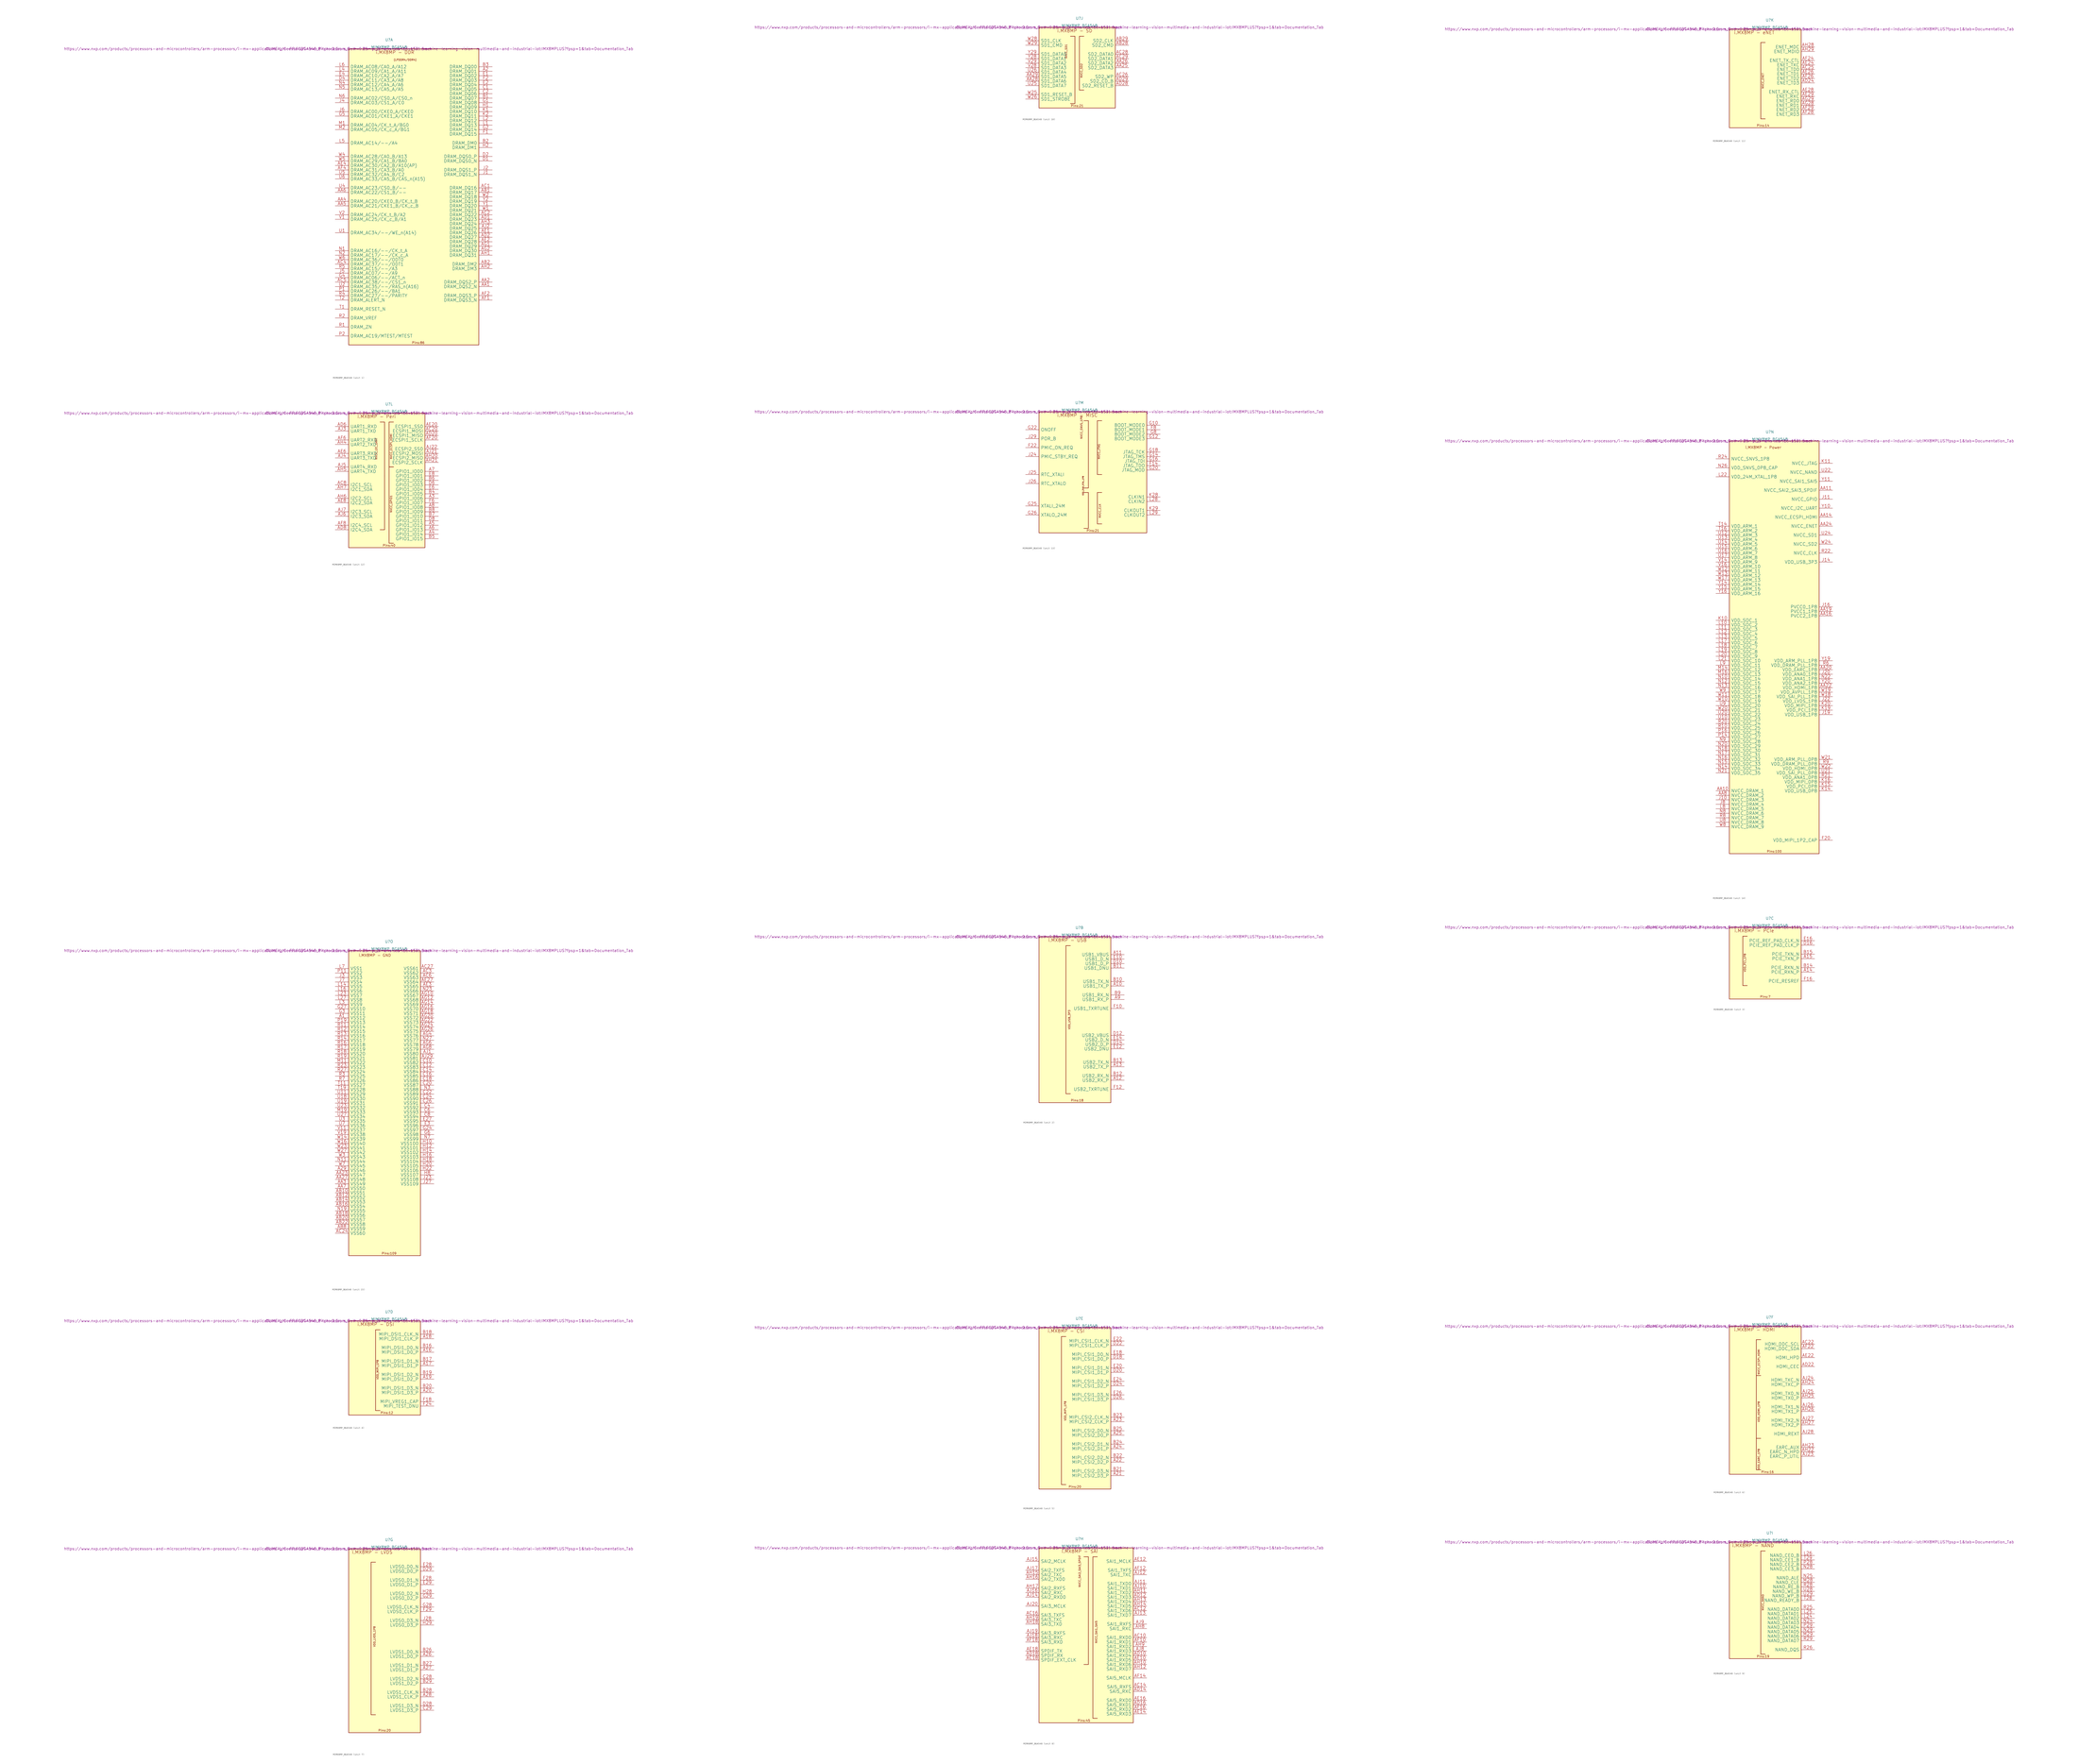
<source format=kicad_sym>
(kicad_symbol_lib
  (version 20220914)
  (generator kicad_symbol_editor)
  (symbol "MIMX8MP_BGA548"
    (pin_names
      (offset 1.016))
    (property "Reference" "U"
      (at 22.86 5.08 0)
      (effects (font (size 1.524 1.524))))
    (property "Value" "MIMX8MP_BGA548"
      (at 12.7 0 0)
      (effects (font (size 1.524 1.524)) (justify left bottom)))
    (property "Footprint" "OLIMEX_IC-FP:FCBGA548_Pitch-0.5mm_Ball-0.25mm_Dimensions-15x15x1.5mm"
      (at 0 0 0)
      (effects (font (size 1.524 1.524))))
    (property "Datasheet" "https://www.nxp.com/products/processors-and-microcontrollers/arm-processors/i-mx-applications-processors/i-mx-8-processors/i-mx-8m-plus-arm-cortex-a53-machine-learning-vision-multimedia-and-industrial-iot:IMX8MPLUS?fpsp=1&tab=Documentation_Tab"
      (at 0 0 0)
      (effects (font (size 1.524 1.524))))
    (symbol "MIMX8MP_BGA548_1_0"
      (text "Pins:86" (at 39.37 -166.37 0) (effects (font (size 1.27 1.27)))))
    (symbol "MIMX8MP_BGA548_1_1"
      (rectangle (start 0 -167.64) (end 73.66 0) (stroke (width 0.254) (type solid)) (fill (type background)))
      (text "(LPDDR4/DDR4)" (at 25.4 -6.858 0) (effects (font (size 1.067 1.067)) (justify left bottom)))
      (text "i.MX8MP - DDR" (at 15.24 -3.048 0) (effects (font (size 1.829 1.829)) (justify left bottom)))
      (pin passive line (at 81.28 -12.7 180) (length 7.62) (name "DRAM_DQ01" (effects (font (size 1.778 1.778)))) (number "A2" (effects (font (size 1.778 1.778)))))
      (pin passive line (at 81.28 -134.62 180) (length 7.62) (name "DRAM_DQS2_N" (effects (font (size 1.778 1.778)))) (number "AA1" (effects (font (size 1.778 1.778)))))
      (pin passive line (at 81.28 -132.08 180) (length 7.62) (name "DRAM_DQS2_P" (effects (font (size 1.778 1.778)))) (number "AA2" (effects (font (size 1.778 1.778)))))
      (pin passive line (at -7.62 -86.36 0) (length 7.62) (name "DRAM_AC20/CKE0_B/CK_t_B" (effects (font (size 1.778 1.778)))) (number "AA4" (effects (font (size 1.778 1.778)))))
      (pin passive line (at -7.62 -88.9 0) (length 7.62) (name "DRAM_AC21/CKE1_B/CK_c_B" (effects (font (size 1.778 1.778)))) (number "AA5" (effects (font (size 1.778 1.778)))))
      (pin passive line (at -7.62 -81.28 0) (length 7.62) (name "DRAM_AC22/CS1_B/--" (effects (font (size 1.778 1.778)))) (number "AA6" (effects (font (size 1.778 1.778)))))
      (pin passive line (at 81.28 -81.28 180) (length 7.62) (name "DRAM_DQ17" (effects (font (size 1.778 1.778)))) (number "AB1" (effects (font (size 1.778 1.778)))))
      (pin passive line (at 81.28 -121.92 180) (length 7.62) (name "DRAM_DM2" (effects (font (size 1.778 1.778)))) (number "AB2" (effects (font (size 1.778 1.778)))))
      (pin passive line (at 81.28 -78.74 180) (length 7.62) (name "DRAM_DQ16" (effects (font (size 1.778 1.778)))) (number "AC1" (effects (font (size 1.778 1.778)))))
      (pin passive line (at 81.28 -93.98 180) (length 7.62) (name "DRAM_DQ22" (effects (font (size 1.778 1.778)))) (number "AC2" (effects (font (size 1.778 1.778)))))
      (pin passive line (at -7.62 -121.92 0) (length 7.62) (name "DRAM_AC37/--/ODT1" (effects (font (size 1.778 1.778)))) (number "AC4" (effects (font (size 1.778 1.778)))))
      (pin passive line (at -7.62 -132.08 0) (length 7.62) (name "DRAM_AC38/--/CS1_n" (effects (font (size 1.778 1.778)))) (number "AC5" (effects (font (size 1.778 1.778)))))
      (pin passive line (at 81.28 -96.52 180) (length 7.62) (name "DRAM_DQ23" (effects (font (size 1.778 1.778)))) (number "AD1" (effects (font (size 1.778 1.778)))))
      (pin passive line (at 81.28 -106.68 180) (length 7.62) (name "DRAM_DQ27" (effects (font (size 1.778 1.778)))) (number "AD2" (effects (font (size 1.778 1.778)))))
      (pin passive line (at 81.28 -104.14 180) (length 7.62) (name "DRAM_DQ26" (effects (font (size 1.778 1.778)))) (number "AE1" (effects (font (size 1.778 1.778)))))
      (pin passive line (at 81.28 -109.22 180) (length 7.62) (name "DRAM_DQ28" (effects (font (size 1.778 1.778)))) (number "AE2" (effects (font (size 1.778 1.778)))))
      (pin passive line (at -7.62 -66.04 0) (length 7.62) (name "DRAM_AC30/CA2_B/A10(AP)" (effects (font (size 1.778 1.778)))) (number "AE4" (effects (font (size 1.778 1.778)))))
      (pin passive line (at 81.28 -142.24 180) (length 7.62) (name "DRAM_DQS3_N" (effects (font (size 1.778 1.778)))) (number "AF1" (effects (font (size 1.778 1.778)))))
      (pin passive line (at 81.28 -139.7 180) (length 7.62) (name "DRAM_DQS3_P" (effects (font (size 1.778 1.778)))) (number "AF2" (effects (font (size 1.778 1.778)))))
      (pin passive line (at -7.62 -68.58 0) (length 7.62) (name "DRAM_AC31/CA3_B/A0" (effects (font (size 1.778 1.778)))) (number "AF4" (effects (font (size 1.778 1.778)))))
      (pin passive line (at 81.28 -111.76 180) (length 7.62) (name "DRAM_DQ29" (effects (font (size 1.778 1.778)))) (number "AG1" (effects (font (size 1.778 1.778)))))
      (pin passive line (at 81.28 -114.3 180) (length 7.62) (name "DRAM_DQ30" (effects (font (size 1.778 1.778)))) (number "AG2" (effects (font (size 1.778 1.778)))))
      (pin passive line (at 81.28 -116.84 180) (length 7.62) (name "DRAM_DQ31" (effects (font (size 1.778 1.778)))) (number "AH1" (effects (font (size 1.778 1.778)))))
      (pin passive line (at 81.28 -124.46 180) (length 7.62) (name "DRAM_DM3" (effects (font (size 1.778 1.778)))) (number "AH2" (effects (font (size 1.778 1.778)))))
      (pin passive line (at 81.28 -99.06 180) (length 7.62) (name "DRAM_DQ24" (effects (font (size 1.778 1.778)))) (number "AH3" (effects (font (size 1.778 1.778)))))
      (pin passive line (at 81.28 -101.6 180) (length 7.62) (name "DRAM_DQ25" (effects (font (size 1.778 1.778)))) (number "AJ2" (effects (font (size 1.778 1.778)))))
      (pin passive line (at 81.28 -27.94 180) (length 7.62) (name "DRAM_DQ07" (effects (font (size 1.778 1.778)))) (number "B1" (effects (font (size 1.778 1.778)))))
      (pin passive line (at 81.28 -53.34 180) (length 7.62) (name "DRAM_DM0" (effects (font (size 1.778 1.778)))) (number "B2" (effects (font (size 1.778 1.778)))))
      (pin passive line (at 81.28 -10.16 180) (length 7.62) (name "DRAM_DQ00" (effects (font (size 1.778 1.778)))) (number "B3" (effects (font (size 1.778 1.778)))))
      (pin passive line (at 81.28 -22.86 180) (length 7.62) (name "DRAM_DQ05" (effects (font (size 1.778 1.778)))) (number "C1" (effects (font (size 1.778 1.778)))))
      (pin passive line (at 81.28 -25.4 180) (length 7.62) (name "DRAM_DQ06" (effects (font (size 1.778 1.778)))) (number "C2" (effects (font (size 1.778 1.778)))))
      (pin passive line (at 81.28 -63.5 180) (length 7.62) (name "DRAM_DQS0_N" (effects (font (size 1.778 1.778)))) (number "D1" (effects (font (size 1.778 1.778)))))
      (pin passive line (at 81.28 -60.96 180) (length 7.62) (name "DRAM_DQS0_P" (effects (font (size 1.778 1.778)))) (number "D2" (effects (font (size 1.778 1.778)))))
      (pin passive line (at -7.62 -17.78 0) (length 7.62) (name "DRAM_AC11/CA3_A/A8" (effects (font (size 1.778 1.778)))) (number "D4" (effects (font (size 1.778 1.778)))))
      (pin passive line (at 81.28 -15.24 180) (length 7.62) (name "DRAM_DQ02" (effects (font (size 1.778 1.778)))) (number "E1" (effects (font (size 1.778 1.778)))))
      (pin passive line (at 81.28 -20.32 180) (length 7.62) (name "DRAM_DQ04" (effects (font (size 1.778 1.778)))) (number "E2" (effects (font (size 1.778 1.778)))))
      (pin passive line (at -7.62 -15.24 0) (length 7.62) (name "DRAM_AC10/CA2_A/A7" (effects (font (size 1.778 1.778)))) (number "E4" (effects (font (size 1.778 1.778)))))
      (pin passive line (at 81.28 -48.26 180) (length 7.62) (name "DRAM_DQ15" (effects (font (size 1.778 1.778)))) (number "F1" (effects (font (size 1.778 1.778)))))
      (pin passive line (at 81.28 -17.78 180) (length 7.62) (name "DRAM_DQ03" (effects (font (size 1.778 1.778)))) (number "F2" (effects (font (size 1.778 1.778)))))
      (pin passive line (at 81.28 -30.48 180) (length 7.62) (name "DRAM_DQ08" (effects (font (size 1.778 1.778)))) (number "G1" (effects (font (size 1.778 1.778)))))
      (pin passive line (at 81.28 -45.72 180) (length 7.62) (name "DRAM_DQ14" (effects (font (size 1.778 1.778)))) (number "G2" (effects (font (size 1.778 1.778)))))
      (pin passive line (at -7.62 -129.54 0) (length 7.62) (name "DRAM_AC06/--/ACT_n" (effects (font (size 1.778 1.778)))) (number "G4" (effects (font (size 1.778 1.778)))))
      (pin passive line (at -7.62 -38.1 0) (length 7.62) (name "DRAM_AC01/CKE1_A/CKE1" (effects (font (size 1.778 1.778)))) (number "G5" (effects (font (size 1.778 1.778)))))
      (pin passive line (at 81.28 -33.02 180) (length 7.62) (name "DRAM_DQ09" (effects (font (size 1.778 1.778)))) (number "H1" (effects (font (size 1.778 1.778)))))
      (pin passive line (at 81.28 -55.88 180) (length 7.62) (name "DRAM_DM1" (effects (font (size 1.778 1.778)))) (number "H2" (effects (font (size 1.778 1.778)))))
      (pin passive line (at 81.28 -71.12 180) (length 7.62) (name "DRAM_DQS1_N" (effects (font (size 1.778 1.778)))) (number "J1" (effects (font (size 1.778 1.778)))))
      (pin passive line (at 81.28 -68.58 180) (length 7.62) (name "DRAM_DQS1_P" (effects (font (size 1.778 1.778)))) (number "J2" (effects (font (size 1.778 1.778)))))
      (pin passive line (at -7.62 -30.48 0) (length 7.62) (name "DRAM_AC03/CS1_A/C0" (effects (font (size 1.778 1.778)))) (number "J4" (effects (font (size 1.778 1.778)))))
      (pin passive line (at -7.62 -127 0) (length 7.62) (name "DRAM_AC07/--/A9" (effects (font (size 1.778 1.778)))) (number "J5" (effects (font (size 1.778 1.778)))))
      (pin passive line (at -7.62 -35.56 0) (length 7.62) (name "DRAM_AC00/CKE0_A/CKE0" (effects (font (size 1.778 1.778)))) (number "J6" (effects (font (size 1.778 1.778)))))
      (pin passive line (at 81.28 -35.56 180) (length 7.62) (name "DRAM_DQ10" (effects (font (size 1.778 1.778)))) (number "K1" (effects (font (size 1.778 1.778)))))
      (pin passive line (at 81.28 -38.1 180) (length 7.62) (name "DRAM_DQ11" (effects (font (size 1.778 1.778)))) (number "K2" (effects (font (size 1.778 1.778)))))
      (pin passive line (at 81.28 -43.18 180) (length 7.62) (name "DRAM_DQ13" (effects (font (size 1.778 1.778)))) (number "L1" (effects (font (size 1.778 1.778)))))
      (pin passive line (at 81.28 -40.64 180) (length 7.62) (name "DRAM_DQ12" (effects (font (size 1.778 1.778)))) (number "L2" (effects (font (size 1.778 1.778)))))
      (pin passive line (at -7.62 -12.7 0) (length 7.62) (name "DRAM_AC09/CA1_A/A11" (effects (font (size 1.778 1.778)))) (number "L4" (effects (font (size 1.778 1.778)))))
      (pin passive line (at -7.62 -53.34 0) (length 7.62) (name "DRAM_AC14/--/A4" (effects (font (size 1.778 1.778)))) (number "L5" (effects (font (size 1.778 1.778)))))
      (pin passive line (at -7.62 -10.16 0) (length 7.62) (name "DRAM_AC08/CA0_A/A12" (effects (font (size 1.778 1.778)))) (number "L6" (effects (font (size 1.778 1.778)))))
      (pin passive line (at -7.62 -43.18 0) (length 7.62) (name "DRAM_AC04/CK_t_A/BG0" (effects (font (size 1.778 1.778)))) (number "M1" (effects (font (size 1.778 1.778)))))
      (pin passive line (at -7.62 -45.72 0) (length 7.62) (name "DRAM_AC05/CK_c_A/BG1" (effects (font (size 1.778 1.778)))) (number "M2" (effects (font (size 1.778 1.778)))))
      (pin passive line (at -7.62 -114.3 0) (length 7.62) (name "DRAM_AC16/--/CK_t_A" (effects (font (size 1.778 1.778)))) (number "N1" (effects (font (size 1.778 1.778)))))
      (pin passive line (at -7.62 -116.84 0) (length 7.62) (name "DRAM_AC17/--/CK_c_A" (effects (font (size 1.778 1.778)))) (number "N2" (effects (font (size 1.778 1.778)))))
      (pin passive line (at -7.62 -20.32 0) (length 7.62) (name "DRAM_AC12/CA4_A/A6" (effects (font (size 1.778 1.778)))) (number "N4" (effects (font (size 1.778 1.778)))))
      (pin passive line (at -7.62 -22.86 0) (length 7.62) (name "DRAM_AC13/CA5_A/A5" (effects (font (size 1.778 1.778)))) (number "N5" (effects (font (size 1.778 1.778)))))
      (pin passive line (at -7.62 -27.94 0) (length 7.62) (name "DRAM_AC02/CS0_A/CS0_n" (effects (font (size 1.778 1.778)))) (number "N6" (effects (font (size 1.778 1.778)))))
      (pin passive line (at -7.62 -137.16 0) (length 7.62) (name "DRAM_AC26/--/BA1" (effects (font (size 1.778 1.778)))) (number "P1" (effects (font (size 1.778 1.778)))))
      (pin passive line (at -7.62 -162.56 0) (length 7.62) (name "DRAM_AC19/MTEST/MTEST" (effects (font (size 1.778 1.778)))) (number "P2" (effects (font (size 1.778 1.778)))))
      (pin passive line (at -7.62 -157.48 0) (length 7.62) (name "DRAM_ZN" (effects (font (size 1.778 1.778)))) (number "R1" (effects (font (size 1.778 1.778)))))
      (pin passive line (at -7.62 -152.4 0) (length 7.62) (name "DRAM_VREF" (effects (font (size 1.778 1.778)))) (number "R2" (effects (font (size 1.778 1.778)))))
      (pin passive line (at -7.62 -139.7 0) (length 7.62) (name "DRAM_AC27/--/PARITY" (effects (font (size 1.778 1.778)))) (number "R4" (effects (font (size 1.778 1.778)))))
      (pin passive line (at -7.62 -124.46 0) (length 7.62) (name "DRAM_AC15/--/A3" (effects (font (size 1.778 1.778)))) (number "R5" (effects (font (size 1.778 1.778)))))
      (pin passive line (at -7.62 -147.32 0) (length 7.62) (name "DRAM_RESET_N" (effects (font (size 1.778 1.778)))) (number "T1" (effects (font (size 1.778 1.778)))))
      (pin passive line (at -7.62 -142.24 0) (length 7.62) (name "DRAM_ALERT_N" (effects (font (size 1.778 1.778)))) (number "T2" (effects (font (size 1.778 1.778)))))
      (pin passive line (at -7.62 -104.14 0) (length 7.62) (name "DRAM_AC34/--/WE_n(A14)" (effects (font (size 1.778 1.778)))) (number "U1" (effects (font (size 1.778 1.778)))))
      (pin passive line (at -7.62 -134.62 0) (length 7.62) (name "DRAM_AC35/--/RAS_n(A16)" (effects (font (size 1.778 1.778)))) (number "U2" (effects (font (size 1.778 1.778)))))
      (pin passive line (at -7.62 -78.74 0) (length 7.62) (name "DRAM_AC23/CS0_B/--" (effects (font (size 1.778 1.778)))) (number "U4" (effects (font (size 1.778 1.778)))))
      (pin passive line (at -7.62 -71.12 0) (length 7.62) (name "DRAM_AC32/CA4_B/C2" (effects (font (size 1.778 1.778)))) (number "U5" (effects (font (size 1.778 1.778)))))
      (pin passive line (at -7.62 -73.66 0) (length 7.62) (name "DRAM_AC33/CA5_B/CAS_n(A15)" (effects (font (size 1.778 1.778)))) (number "U6" (effects (font (size 1.778 1.778)))))
      (pin passive line (at -7.62 -96.52 0) (length 7.62) (name "DRAM_AC25/CK_c_B/A1" (effects (font (size 1.778 1.778)))) (number "V1" (effects (font (size 1.778 1.778)))))
      (pin passive line (at -7.62 -93.98 0) (length 7.62) (name "DRAM_AC24/CK_t_B/A2" (effects (font (size 1.778 1.778)))) (number "V2" (effects (font (size 1.778 1.778)))))
      (pin passive line (at 81.28 -91.44 180) (length 7.62) (name "DRAM_DQ21" (effects (font (size 1.778 1.778)))) (number "W1" (effects (font (size 1.778 1.778)))))
      (pin passive line (at 81.28 -83.82 180) (length 7.62) (name "DRAM_DQ18" (effects (font (size 1.778 1.778)))) (number "W2" (effects (font (size 1.778 1.778)))))
      (pin passive line (at -7.62 -60.96 0) (length 7.62) (name "DRAM_AC28/CA0_B/A13" (effects (font (size 1.778 1.778)))) (number "W4" (effects (font (size 1.778 1.778)))))
      (pin passive line (at -7.62 -63.5 0) (length 7.62) (name "DRAM_AC29/CA1_B/BA0" (effects (font (size 1.778 1.778)))) (number "W5" (effects (font (size 1.778 1.778)))))
      (pin passive line (at -7.62 -119.38 0) (length 7.62) (name "DRAM_AC36/--/ODT0" (effects (font (size 1.778 1.778)))) (number "W6" (effects (font (size 1.778 1.778)))))
      (pin passive line (at 81.28 -88.9 180) (length 7.62) (name "DRAM_DQ20" (effects (font (size 1.778 1.778)))) (number "Y1" (effects (font (size 1.778 1.778)))))
      (pin passive line (at 81.28 -86.36 180) (length 7.62) (name "DRAM_DQ19" (effects (font (size 1.778 1.778)))) (number "Y2" (effects (font (size 1.778 1.778))))))
    (symbol "MIMX8MP_BGA548_2_0"
      (text "Pins:18" (at 21.59 -92.71 0) (effects (font (size 1.27 1.27)))))
    (symbol "MIMX8MP_BGA548_2_1"
      (rectangle (start 0 -93.98) (end 40.64 0) (stroke (width 0.254) (type solid)) (fill (type background)))
      (polyline (pts (xy 17.78 -88.9) (xy 15.24 -88.9) (xy 15.24 -5.08) (xy 17.78 -5.08)) (stroke (width 0.254) (type solid)) (fill (type none)))
      (text "i.MX8MP - USB" (at 5.08 -3.048 0) (effects (font (size 1.829 1.829)) (justify left bottom)))
      (text "VDD_USB_3P3" (at 17.78 -52.578 900) (effects (font (size 1.067 1.067)) (justify left bottom)))
      (pin passive line (at 48.26 -27.94 180) (length 7.62) (name "USB1_TX_P" (effects (font (size 1.778 1.778)))) (number "A10" (effects (font (size 1.778 1.778)))))
      (pin passive line (at 48.26 -10.16 180) (length 7.62) (name "USB1_VBUS" (effects (font (size 1.778 1.778)))) (number "A11" (effects (font (size 1.778 1.778)))))
      (pin passive line (at 48.26 -81.28 180) (length 7.62) (name "USB2_RX_P" (effects (font (size 1.778 1.778)))) (number "A12" (effects (font (size 1.778 1.778)))))
      (pin passive line (at 48.26 -73.66 180) (length 7.62) (name "USB2_TX_P" (effects (font (size 1.778 1.778)))) (number "A13" (effects (font (size 1.778 1.778)))))
      (pin passive line (at 48.26 -35.56 180) (length 7.62) (name "USB1_RX_P" (effects (font (size 1.778 1.778)))) (number "A9" (effects (font (size 1.778 1.778)))))
      (pin passive line (at 48.26 -25.4 180) (length 7.62) (name "USB1_TX_N" (effects (font (size 1.778 1.778)))) (number "B10" (effects (font (size 1.778 1.778)))))
      (pin passive line (at 48.26 -17.78 180) (length 7.62) (name "USB1_DNU" (effects (font (size 1.778 1.778)))) (number "B11" (effects (font (size 1.778 1.778)))))
      (pin passive line (at 48.26 -78.74 180) (length 7.62) (name "USB2_RX_N" (effects (font (size 1.778 1.778)))) (number "B12" (effects (font (size 1.778 1.778)))))
      (pin passive line (at 48.26 -71.12 180) (length 7.62) (name "USB2_TX_N" (effects (font (size 1.778 1.778)))) (number "B13" (effects (font (size 1.778 1.778)))))
      (pin passive line (at 48.26 -33.02 180) (length 7.62) (name "USB1_RX_N" (effects (font (size 1.778 1.778)))) (number "B9" (effects (font (size 1.778 1.778)))))
      (pin passive line (at 48.26 -15.24 180) (length 7.62) (name "USB1_D_P" (effects (font (size 1.778 1.778)))) (number "D10" (effects (font (size 1.778 1.778)))))
      (pin passive line (at 48.26 -55.88 180) (length 7.62) (name "USB2_VBUS" (effects (font (size 1.778 1.778)))) (number "D12" (effects (font (size 1.778 1.778)))))
      (pin passive line (at 48.26 -60.96 180) (length 7.62) (name "USB2_D_P" (effects (font (size 1.778 1.778)))) (number "D14" (effects (font (size 1.778 1.778)))))
      (pin passive line (at 48.26 -12.7 180) (length 7.62) (name "USB1_D_N" (effects (font (size 1.778 1.778)))) (number "E10" (effects (font (size 1.778 1.778)))))
      (pin passive line (at 48.26 -63.5 180) (length 7.62) (name "USB2_DNU" (effects (font (size 1.778 1.778)))) (number "E12" (effects (font (size 1.778 1.778)))))
      (pin passive line (at 48.26 -58.42 180) (length 7.62) (name "USB2_D_N" (effects (font (size 1.778 1.778)))) (number "E14" (effects (font (size 1.778 1.778)))))
      (pin passive line (at 48.26 -40.64 180) (length 7.62) (name "USB1_TXRTUNE" (effects (font (size 1.778 1.778)))) (number "F10" (effects (font (size 1.778 1.778)))))
      (pin passive line (at 48.26 -86.36 180) (length 7.62) (name "USB2_TXRTUNE" (effects (font (size 1.778 1.778)))) (number "F12" (effects (font (size 1.778 1.778))))))
    (symbol "MIMX8MP_BGA548_3_0"
      (text "Pins:7" (at 20.32 -39.37 0) (effects (font (size 1.27 1.27)))))
    (symbol "MIMX8MP_BGA548_3_1"
      (rectangle (start 0 -40.64) (end 40.64 0) (stroke (width 0.254) (type solid)) (fill (type background)))
      (polyline (pts (xy 7.62 -33.02) (xy 7.62 -5.08)) (stroke (width 0.254) (type solid)) (fill (type none)))
      (polyline (pts (xy 7.62 -33.02) (xy 10.16 -33.02)) (stroke (width 0.254) (type solid)) (fill (type none)))
      (polyline (pts (xy 7.62 -5.08) (xy 10.16 -5.08)) (stroke (width 0.254) (type solid)) (fill (type none)))
      (text "i.MX8MP - PCIe" (at 2.794 -3.048 0) (effects (font (size 1.829 1.829)) (justify left bottom)))
      (text "VDD_PCI_1P8" (at 9.398 -25.4 900) (effects (font (size 1.067 1.067)) (justify left bottom)))
      (pin passive line (at 48.26 -25.4 180) (length 7.62) (name "PCIE_RXN_P" (effects (font (size 1.778 1.778)))) (number "A14" (effects (font (size 1.778 1.778)))))
      (pin passive line (at 48.26 -17.78 180) (length 7.62) (name "PCIE_TXN_P" (effects (font (size 1.778 1.778)))) (number "A15" (effects (font (size 1.778 1.778)))))
      (pin passive line (at 48.26 -22.86 180) (length 7.62) (name "PCIE_RXN_N" (effects (font (size 1.778 1.778)))) (number "B14" (effects (font (size 1.778 1.778)))))
      (pin passive line (at 48.26 -15.24 180) (length 7.62) (name "PCIE_TXN_N" (effects (font (size 1.778 1.778)))) (number "B15" (effects (font (size 1.778 1.778)))))
      (pin passive line (at 48.26 -10.16 180) (length 7.62) (name "PCIE_REF_PAD_CLK_P" (effects (font (size 1.778 1.778)))) (number "D16" (effects (font (size 1.778 1.778)))))
      (pin passive line (at 48.26 -7.62 180) (length 7.62) (name "PCIE_REF_PAD_CLK_N" (effects (font (size 1.778 1.778)))) (number "E16" (effects (font (size 1.778 1.778)))))
      (pin passive line (at 48.26 -30.48 180) (length 7.62) (name "PCIE_RESREF" (effects (font (size 1.778 1.778)))) (number "F16" (effects (font (size 1.778 1.778))))))
    (symbol "MIMX8MP_BGA548_4_0"
      (text "Pins:12" (at 21.59 -52.07 0) (effects (font (size 1.27 1.27)))))
    (symbol "MIMX8MP_BGA548_4_1"
      (rectangle (start 0 -53.34) (end 40.64 0) (stroke (width 0.254) (type solid)) (fill (type background)))
      (polyline (pts (xy 15.24 -50.8) (xy 15.24 -5.08)) (stroke (width 0.254) (type solid)) (fill (type none)))
      (polyline (pts (xy 15.24 -5.08) (xy 17.78 -5.08)) (stroke (width 0.254) (type solid)) (fill (type none)))
      (polyline (pts (xy 17.78 -50.8) (xy 15.24 -50.8)) (stroke (width 0.254) (type solid)) (fill (type none)))
      (text "i.MX8MP - DSI" (at 4.826 -3.048 0) (effects (font (size 1.829 1.829)) (justify left bottom)))
      (text "VDD_MIPI_1P8" (at 17.018 -33.274 900) (effects (font (size 1.067 1.067)) (justify left bottom)))
      (pin passive line (at 48.26 -17.78 180) (length 7.62) (name "MIPI_DSI1_D0_P" (effects (font (size 1.778 1.778)))) (number "A16" (effects (font (size 1.778 1.778)))))
      (pin passive line (at 48.26 -25.4 180) (length 7.62) (name "MIPI_DSI1_D1_P" (effects (font (size 1.778 1.778)))) (number "A17" (effects (font (size 1.778 1.778)))))
      (pin passive line (at 48.26 -10.16 180) (length 7.62) (name "MIPI_DSI1_CLK_P" (effects (font (size 1.778 1.778)))) (number "A18" (effects (font (size 1.778 1.778)))))
      (pin passive line (at 48.26 -33.02 180) (length 7.62) (name "MIPI_DSI1_D2_P" (effects (font (size 1.778 1.778)))) (number "A19" (effects (font (size 1.778 1.778)))))
      (pin passive line (at 48.26 -40.64 180) (length 7.62) (name "MIPI_DSI1_D3_P" (effects (font (size 1.778 1.778)))) (number "A20" (effects (font (size 1.778 1.778)))))
      (pin passive line (at 48.26 -15.24 180) (length 7.62) (name "MIPI_DSI1_D0_N" (effects (font (size 1.778 1.778)))) (number "B16" (effects (font (size 1.778 1.778)))))
      (pin passive line (at 48.26 -22.86 180) (length 7.62) (name "MIPI_DSI1_D1_N" (effects (font (size 1.778 1.778)))) (number "B17" (effects (font (size 1.778 1.778)))))
      (pin passive line (at 48.26 -7.62 180) (length 7.62) (name "MIPI_DSI1_CLK_N" (effects (font (size 1.778 1.778)))) (number "B18" (effects (font (size 1.778 1.778)))))
      (pin passive line (at 48.26 -30.48 180) (length 7.62) (name "MIPI_DSI1_D2_N" (effects (font (size 1.778 1.778)))) (number "B19" (effects (font (size 1.778 1.778)))))
      (pin passive line (at 48.26 -38.1 180) (length 7.62) (name "MIPI_DSI1_D3_N" (effects (font (size 1.778 1.778)))) (number "B20" (effects (font (size 1.778 1.778)))))
      (pin passive line (at 48.26 -45.72 180) (length 7.62) (name "MIPI_VREG1_CAP" (effects (font (size 1.778 1.778)))) (number "F18" (effects (font (size 1.778 1.778)))))
      (pin passive line (at 48.26 -48.26 180) (length 7.62) (name "MIPI_TEST_DNU" (effects (font (size 1.778 1.778)))) (number "F24" (effects (font (size 1.778 1.778))))))
    (symbol "MIMX8MP_BGA548_5_0"
      (text "Pins:20" (at 20.32 -90.17 0) (effects (font (size 1.27 1.27)))))
    (symbol "MIMX8MP_BGA548_5_1"
      (rectangle (start 0 -91.44) (end 40.64 0) (stroke (width 0.254) (type solid)) (fill (type background)))
      (polyline (pts (xy 12.7 -88.9) (xy 12.7 -48.26)) (stroke (width 0.254) (type solid)) (fill (type none)))
      (polyline (pts (xy 12.7 -50.8) (xy 12.7 -5.08)) (stroke (width 0.254) (type solid)) (fill (type none)))
      (polyline (pts (xy 12.7 -5.08) (xy 15.24 -5.08)) (stroke (width 0.254) (type solid)) (fill (type none)))
      (polyline (pts (xy 15.24 -88.9) (xy 12.7 -88.9)) (stroke (width 0.254) (type solid)) (fill (type none)))
      (text "i.MX8MP - CSI" (at 4.826 -3.048 0) (effects (font (size 1.829 1.829)) (justify left bottom)))
      (text "VDD_MIPI_1P8" (at 15.494 -52.832 900) (effects (font (size 1.067 1.067)) (justify left bottom)))
      (pin passive line (at 48.26 -83.82 180) (length 7.62) (name "MIPI_CSI2_D3_P" (effects (font (size 1.778 1.778)))) (number "A21" (effects (font (size 1.778 1.778)))))
      (pin passive line (at 48.26 -76.2 180) (length 7.62) (name "MIPI_CSI2_D2_P" (effects (font (size 1.778 1.778)))) (number "A22" (effects (font (size 1.778 1.778)))))
      (pin passive line (at 48.26 -53.34 180) (length 7.62) (name "MIPI_CSI2_CLK_P" (effects (font (size 1.778 1.778)))) (number "A23" (effects (font (size 1.778 1.778)))))
      (pin passive line (at 48.26 -68.58 180) (length 7.62) (name "MIPI_CSI2_D1_P" (effects (font (size 1.778 1.778)))) (number "A24" (effects (font (size 1.778 1.778)))))
      (pin passive line (at 48.26 -60.96 180) (length 7.62) (name "MIPI_CSI2_D0_P" (effects (font (size 1.778 1.778)))) (number "A25" (effects (font (size 1.778 1.778)))))
      (pin passive line (at 48.26 -81.28 180) (length 7.62) (name "MIPI_CSI2_D3_N" (effects (font (size 1.778 1.778)))) (number "B21" (effects (font (size 1.778 1.778)))))
      (pin passive line (at 48.26 -73.66 180) (length 7.62) (name "MIPI_CSI2_D2_N" (effects (font (size 1.778 1.778)))) (number "B22" (effects (font (size 1.778 1.778)))))
      (pin passive line (at 48.26 -50.8 180) (length 7.62) (name "MIPI_CSI2_CLK_N" (effects (font (size 1.778 1.778)))) (number "B23" (effects (font (size 1.778 1.778)))))
      (pin passive line (at 48.26 -66.04 180) (length 7.62) (name "MIPI_CSI2_D1_N" (effects (font (size 1.778 1.778)))) (number "B24" (effects (font (size 1.778 1.778)))))
      (pin passive line (at 48.26 -58.42 180) (length 7.62) (name "MIPI_CSI2_D0_N" (effects (font (size 1.778 1.778)))) (number "B25" (effects (font (size 1.778 1.778)))))
      (pin passive line (at 48.26 -17.78 180) (length 7.62) (name "MIPI_CSI1_D0_P" (effects (font (size 1.778 1.778)))) (number "D18" (effects (font (size 1.778 1.778)))))
      (pin passive line (at 48.26 -25.4 180) (length 7.62) (name "MIPI_CSI1_D1_P" (effects (font (size 1.778 1.778)))) (number "D20" (effects (font (size 1.778 1.778)))))
      (pin passive line (at 48.26 -10.16 180) (length 7.62) (name "MIPI_CSI1_CLK_P" (effects (font (size 1.778 1.778)))) (number "D22" (effects (font (size 1.778 1.778)))))
      (pin passive line (at 48.26 -33.02 180) (length 7.62) (name "MIPI_CSI1_D2_P" (effects (font (size 1.778 1.778)))) (number "D24" (effects (font (size 1.778 1.778)))))
      (pin passive line (at 48.26 -40.64 180) (length 7.62) (name "MIPI_CSI1_D3_P" (effects (font (size 1.778 1.778)))) (number "D26" (effects (font (size 1.778 1.778)))))
      (pin passive line (at 48.26 -15.24 180) (length 7.62) (name "MIPI_CSI1_D0_N" (effects (font (size 1.778 1.778)))) (number "E18" (effects (font (size 1.778 1.778)))))
      (pin passive line (at 48.26 -22.86 180) (length 7.62) (name "MIPI_CSI1_D1_N" (effects (font (size 1.778 1.778)))) (number "E20" (effects (font (size 1.778 1.778)))))
      (pin passive line (at 48.26 -7.62 180) (length 7.62) (name "MIPI_CSI1_CLK_N" (effects (font (size 1.778 1.778)))) (number "E22" (effects (font (size 1.778 1.778)))))
      (pin passive line (at 48.26 -30.48 180) (length 7.62) (name "MIPI_CSI1_D2_N" (effects (font (size 1.778 1.778)))) (number "E24" (effects (font (size 1.778 1.778)))))
      (pin passive line (at 48.26 -38.1 180) (length 7.62) (name "MIPI_CSI1_D3_N" (effects (font (size 1.778 1.778)))) (number "E26" (effects (font (size 1.778 1.778))))))
    (symbol "MIMX8MP_BGA548_6_0"
      (text "Pins:16" (at 21.59 -82.55 0) (effects (font (size 1.27 1.27)))))
    (symbol "MIMX8MP_BGA548_6_1"
      (rectangle (start 0 -83.82) (end 40.64 0) (stroke (width 0.254) (type solid)) (fill (type background)))
      (polyline (pts (xy 15.24 -81.28) (xy 17.78 -81.28)) (stroke (width 0.254) (type solid)) (fill (type none)))
      (polyline (pts (xy 15.24 -63.5) (xy 17.78 -63.5)) (stroke (width 0.254) (type solid)) (fill (type none)))
      (polyline (pts (xy 15.24 -27.94) (xy 17.78 -27.94)) (stroke (width 0.254) (type solid)) (fill (type none)))
      (polyline (pts (xy 15.24 -7.62) (xy 15.24 -81.28)) (stroke (width 0.254) (type solid)) (fill (type none)))
      (polyline (pts (xy 17.78 -7.62) (xy 15.24 -7.62)) (stroke (width 0.254) (type solid)) (fill (type none)))
      (text "i.MX8MP - HDMI" (at 2.54 -3.048 0) (effects (font (size 1.829 1.829)) (justify left bottom)))
      (text "NVCC_ECSPI_HDMI" (at 17.272 -27.432 900) (effects (font (size 1.067 1.067)) (justify left bottom)))
      (text "VDD_EARC_1P8" (at 17.272 -81.28 900) (effects (font (size 1.067 1.067)) (justify left bottom)))
      (text "VDD_HDMI_1P8" (at 17.272 -54.356 900) (effects (font (size 1.067 1.067)) (justify left bottom)))
      (pin passive line (at 48.26 -10.16 180) (length 7.62) (name "HDMI_DDC_SCL" (effects (font (size 1.778 1.778)))) (number "AC22" (effects (font (size 1.778 1.778)))))
      (pin passive line (at 48.26 -22.86 180) (length 7.62) (name "HDMI_CEC" (effects (font (size 1.778 1.778)))) (number "AD22" (effects (font (size 1.778 1.778)))))
      (pin passive line (at 48.26 -17.78 180) (length 7.62) (name "HDMI_HPD" (effects (font (size 1.778 1.778)))) (number "AE22" (effects (font (size 1.778 1.778)))))
      (pin passive line (at 48.26 -12.7 180) (length 7.62) (name "HDMI_DDC_SDA" (effects (font (size 1.778 1.778)))) (number "AF22" (effects (font (size 1.778 1.778)))))
      (pin passive line (at 48.26 -71.12 180) (length 7.62) (name "EARC_N_HPD" (effects (font (size 1.778 1.778)))) (number "AH22" (effects (font (size 1.778 1.778)))))
      (pin passive line (at 48.26 -68.58 180) (length 7.62) (name "EARC_AUX" (effects (font (size 1.778 1.778)))) (number "AH23" (effects (font (size 1.778 1.778)))))
      (pin passive line (at 48.26 -33.02 180) (length 7.62) (name "HDMI_TXC_P" (effects (font (size 1.778 1.778)))) (number "AH24" (effects (font (size 1.778 1.778)))))
      (pin passive line (at 48.26 -40.64 180) (length 7.62) (name "HDMI_TX0_P" (effects (font (size 1.778 1.778)))) (number "AH25" (effects (font (size 1.778 1.778)))))
      (pin passive line (at 48.26 -48.26 180) (length 7.62) (name "HDMI_TX1_P" (effects (font (size 1.778 1.778)))) (number "AH26" (effects (font (size 1.778 1.778)))))
      (pin passive line (at 48.26 -55.88 180) (length 7.62) (name "HDMI_TX2_P" (effects (font (size 1.778 1.778)))) (number "AH27" (effects (font (size 1.778 1.778)))))
      (pin passive line (at 48.26 -73.66 180) (length 7.62) (name "EARC_P_UTIL" (effects (font (size 1.778 1.778)))) (number "AJ23" (effects (font (size 1.778 1.778)))))
      (pin passive line (at 48.26 -30.48 180) (length 7.62) (name "HDMI_TXC_N" (effects (font (size 1.778 1.778)))) (number "AJ24" (effects (font (size 1.778 1.778)))))
      (pin passive line (at 48.26 -38.1 180) (length 7.62) (name "HDMI_TX0_N" (effects (font (size 1.778 1.778)))) (number "AJ25" (effects (font (size 1.778 1.778)))))
      (pin passive line (at 48.26 -45.72 180) (length 7.62) (name "HDMI_TX1_N" (effects (font (size 1.778 1.778)))) (number "AJ26" (effects (font (size 1.778 1.778)))))
      (pin passive line (at 48.26 -53.34 180) (length 7.62) (name "HDMI_TX2_N" (effects (font (size 1.778 1.778)))) (number "AJ27" (effects (font (size 1.778 1.778)))))
      (pin passive line (at 48.26 -60.96 180) (length 7.62) (name "HDMI_REXT" (effects (font (size 1.778 1.778)))) (number "AJ28" (effects (font (size 1.778 1.778))))))
    (symbol "MIMX8MP_BGA548_7_0"
      (text "Pins:20" (at 20.32 -102.87 0) (effects (font (size 1.27 1.27)))))
    (symbol "MIMX8MP_BGA548_7_1"
      (rectangle (start 0 -104.14) (end 40.64 0) (stroke (width 0.254) (type solid)) (fill (type background)))
      (polyline (pts (xy 12.7 -93.98) (xy 12.7 -55.88)) (stroke (width 0.254) (type solid)) (fill (type none)))
      (polyline (pts (xy 12.7 -55.88) (xy 12.7 -7.62)) (stroke (width 0.254) (type solid)) (fill (type none)))
      (polyline (pts (xy 12.7 -7.62) (xy 15.24 -7.62)) (stroke (width 0.254) (type solid)) (fill (type none)))
      (polyline (pts (xy 15.24 -93.98) (xy 12.7 -93.98)) (stroke (width 0.254) (type solid)) (fill (type none)))
      (text "i.MX8MP - LVDS" (at 1.778 -3.048 0) (effects (font (size 1.829 1.829)) (justify left bottom)))
      (text "VDD_LVDS_1P8" (at 15.24 -55.626 900) (effects (font (size 1.067 1.067)) (justify left bottom)))
      (pin passive line (at 48.26 -60.96 180) (length 7.62) (name "LVDS1_D0_P" (effects (font (size 1.778 1.778)))) (number "A26" (effects (font (size 1.778 1.778)))))
      (pin passive line (at 48.26 -68.58 180) (length 7.62) (name "LVDS1_D1_P" (effects (font (size 1.778 1.778)))) (number "A27" (effects (font (size 1.778 1.778)))))
      (pin passive line (at 48.26 -83.82 180) (length 7.62) (name "LVDS1_CLK_P" (effects (font (size 1.778 1.778)))) (number "A28" (effects (font (size 1.778 1.778)))))
      (pin passive line (at 48.26 -58.42 180) (length 7.62) (name "LVDS1_D0_N" (effects (font (size 1.778 1.778)))) (number "B26" (effects (font (size 1.778 1.778)))))
      (pin passive line (at 48.26 -66.04 180) (length 7.62) (name "LVDS1_D1_N" (effects (font (size 1.778 1.778)))) (number "B27" (effects (font (size 1.778 1.778)))))
      (pin passive line (at 48.26 -81.28 180) (length 7.62) (name "LVDS1_CLK_N" (effects (font (size 1.778 1.778)))) (number "B28" (effects (font (size 1.778 1.778)))))
      (pin passive line (at 48.26 -76.2 180) (length 7.62) (name "LVDS1_D2_P" (effects (font (size 1.778 1.778)))) (number "B29" (effects (font (size 1.778 1.778)))))
      (pin passive line (at 48.26 -73.66 180) (length 7.62) (name "LVDS1_D2_N" (effects (font (size 1.778 1.778)))) (number "C28" (effects (font (size 1.778 1.778)))))
      (pin passive line (at 48.26 -91.44 180) (length 7.62) (name "LVDS1_D3_P" (effects (font (size 1.778 1.778)))) (number "C29" (effects (font (size 1.778 1.778)))))
      (pin passive line (at 48.26 -88.9 180) (length 7.62) (name "LVDS1_D3_N" (effects (font (size 1.778 1.778)))) (number "D28" (effects (font (size 1.778 1.778)))))
      (pin passive line (at 48.26 -12.7 180) (length 7.62) (name "LVDS0_D0_P" (effects (font (size 1.778 1.778)))) (number "D29" (effects (font (size 1.778 1.778)))))
      (pin passive line (at 48.26 -10.16 180) (length 7.62) (name "LVDS0_D0_N" (effects (font (size 1.778 1.778)))) (number "E28" (effects (font (size 1.778 1.778)))))
      (pin passive line (at 48.26 -20.32 180) (length 7.62) (name "LVDS0_D1_P" (effects (font (size 1.778 1.778)))) (number "E29" (effects (font (size 1.778 1.778)))))
      (pin passive line (at 48.26 -17.78 180) (length 7.62) (name "LVDS0_D1_N" (effects (font (size 1.778 1.778)))) (number "F28" (effects (font (size 1.778 1.778)))))
      (pin passive line (at 48.26 -35.56 180) (length 7.62) (name "LVDS0_CLK_P" (effects (font (size 1.778 1.778)))) (number "F29" (effects (font (size 1.778 1.778)))))
      (pin passive line (at 48.26 -33.02 180) (length 7.62) (name "LVDS0_CLK_N" (effects (font (size 1.778 1.778)))) (number "G28" (effects (font (size 1.778 1.778)))))
      (pin passive line (at 48.26 -27.94 180) (length 7.62) (name "LVDS0_D2_P" (effects (font (size 1.778 1.778)))) (number "G29" (effects (font (size 1.778 1.778)))))
      (pin passive line (at 48.26 -25.4 180) (length 7.62) (name "LVDS0_D2_N" (effects (font (size 1.778 1.778)))) (number "H28" (effects (font (size 1.778 1.778)))))
      (pin passive line (at 48.26 -43.18 180) (length 7.62) (name "LVDS0_D3_P" (effects (font (size 1.778 1.778)))) (number "H29" (effects (font (size 1.778 1.778)))))
      (pin passive line (at 48.26 -40.64 180) (length 7.62) (name "LVDS0_D3_N" (effects (font (size 1.778 1.778)))) (number "J28" (effects (font (size 1.778 1.778))))))
    (symbol "MIMX8MP_BGA548_8_0"
      (text "Pins:45" (at 25.4 -97.79 0) (effects (font (size 1.27 1.27)))))
    (symbol "MIMX8MP_BGA548_8_1"
      (rectangle (start 0 -99.06) (end 53.34 0) (stroke (width 0.254) (type solid)) (fill (type background)))
      (polyline (pts (xy 25.4 -5.08) (xy 27.94 -5.08)) (stroke (width 0.254) (type solid)) (fill (type none)))
      (polyline (pts (xy 27.94 -66.04) (xy 25.4 -66.04)) (stroke (width 0.254) (type solid)) (fill (type none)))
      (polyline (pts (xy 27.94 -30.48) (xy 27.94 -66.04)) (stroke (width 0.254) (type solid)) (fill (type none)))
      (polyline (pts (xy 27.94 -5.08) (xy 27.94 -30.48)) (stroke (width 0.254) (type solid)) (fill (type none)))
      (polyline (pts (xy 30.48 -96.52) (xy 30.48 -71.12)) (stroke (width 0.254) (type solid)) (fill (type none)))
      (polyline (pts (xy 30.48 -71.12) (xy 30.48 -33.02)) (stroke (width 0.254) (type solid)) (fill (type none)))
      (polyline (pts (xy 30.48 -33.02) (xy 30.48 -5.08)) (stroke (width 0.254) (type solid)) (fill (type none)))
      (polyline (pts (xy 30.48 -5.08) (xy 33.02 -5.08)) (stroke (width 0.254) (type solid)) (fill (type none)))
      (polyline (pts (xy 33.02 -96.52) (xy 30.48 -96.52)) (stroke (width 0.254) (type solid)) (fill (type none)))
      (text "i.MX8MP - SAI" (at 12.7 -3.048 0) (effects (font (size 1.829 1.829)) (justify left bottom)))
      (text "NVCC_SAI1_SAI5" (at 33.02 -54.102 900) (effects (font (size 1.067 1.067)) (justify left bottom)))
      (text "NVCC_SAI2_SAI3_SPDIF" (at 23.622 -22.352 2700) (effects (font (size 1.067 1.067)) (justify left bottom)))
      (pin passive line (at 60.96 -50.8 180) (length 7.62) (name "SAI1_RXD0" (effects (font (size 1.778 1.778)))) (number "AC10" (effects (font (size 1.778 1.778)))))
      (pin passive line (at 60.96 -35.56 180) (length 7.62) (name "SAI1_TXD6" (effects (font (size 1.778 1.778)))) (number "AC12" (effects (font (size 1.778 1.778)))))
      (pin passive line (at 60.96 -78.74 180) (length 7.62) (name "SAI5_RXFS" (effects (font (size 1.778 1.778)))) (number "AC14" (effects (font (size 1.778 1.778)))))
      (pin passive line (at -7.62 -38.1 0) (length 7.62) (name "SAI3_TXFS" (effects (font (size 1.778 1.778)))) (number "AC16" (effects (font (size 1.778 1.778)))))
      (pin passive line (at -7.62 -63.5 0) (length 7.62) (name "SPDIF_EXT_CLK" (effects (font (size 1.778 1.778)))) (number "AC18" (effects (font (size 1.778 1.778)))))
      (pin passive line (at 60.96 -60.96 180) (length 7.62) (name "SAI1_RXD4" (effects (font (size 1.778 1.778)))) (number "AD10" (effects (font (size 1.778 1.778)))))
      (pin passive line (at 60.96 -27.94 180) (length 7.62) (name "SAI1_TXD3" (effects (font (size 1.778 1.778)))) (number "AD12" (effects (font (size 1.778 1.778)))))
      (pin passive line (at 60.96 -81.28 180) (length 7.62) (name "SAI5_RXC" (effects (font (size 1.778 1.778)))) (number "AD14" (effects (font (size 1.778 1.778)))))
      (pin passive line (at 60.96 -88.9 180) (length 7.62) (name "SAI5_RXD1" (effects (font (size 1.778 1.778)))) (number "AD16" (effects (font (size 1.778 1.778)))))
      (pin passive line (at -7.62 -60.96 0) (length 7.62) (name "SPDIF_RX" (effects (font (size 1.778 1.778)))) (number "AD18" (effects (font (size 1.778 1.778)))))
      (pin passive line (at 60.96 -63.5 180) (length 7.62) (name "SAI1_RXD5" (effects (font (size 1.778 1.778)))) (number "AE10" (effects (font (size 1.778 1.778)))))
      (pin passive line (at 60.96 -7.62 180) (length 7.62) (name "SAI1_MCLK" (effects (font (size 1.778 1.778)))) (number "AE12" (effects (font (size 1.778 1.778)))))
      (pin passive line (at 60.96 -93.98 180) (length 7.62) (name "SAI5_RXD3" (effects (font (size 1.778 1.778)))) (number "AE14" (effects (font (size 1.778 1.778)))))
      (pin passive line (at 60.96 -86.36 180) (length 7.62) (name "SAI5_RXD0" (effects (font (size 1.778 1.778)))) (number "AE16" (effects (font (size 1.778 1.778)))))
      (pin passive line (at -7.62 -58.42 0) (length 7.62) (name "SPDIF_TX" (effects (font (size 1.778 1.778)))) (number "AE18" (effects (font (size 1.778 1.778)))))
      (pin passive line (at 60.96 -53.34 180) (length 7.62) (name "SAI1_RXD1" (effects (font (size 1.778 1.778)))) (number "AF10" (effects (font (size 1.778 1.778)))))
      (pin passive line (at 60.96 -12.7 180) (length 7.62) (name "SAI1_TXFS" (effects (font (size 1.778 1.778)))) (number "AF12" (effects (font (size 1.778 1.778)))))
      (pin passive line (at 60.96 -73.66 180) (length 7.62) (name "SAI5_MCLK" (effects (font (size 1.778 1.778)))) (number "AF14" (effects (font (size 1.778 1.778)))))
      (pin passive line (at 60.96 -91.44 180) (length 7.62) (name "SAI5_RXD2" (effects (font (size 1.778 1.778)))) (number "AF16" (effects (font (size 1.778 1.778)))))
      (pin passive line (at -7.62 -53.34 0) (length 7.62) (name "SAI3_RXD" (effects (font (size 1.778 1.778)))) (number "AF18" (effects (font (size 1.778 1.778)))))
      (pin passive line (at 60.96 -66.04 180) (length 7.62) (name "SAI1_RXD6" (effects (font (size 1.778 1.778)))) (number "AH10" (effects (font (size 1.778 1.778)))))
      (pin passive line (at 60.96 -25.4 180) (length 7.62) (name "SAI1_TXD2" (effects (font (size 1.778 1.778)))) (number "AH11" (effects (font (size 1.778 1.778)))))
      (pin passive line (at 60.96 -68.58 180) (length 7.62) (name "SAI1_RXD7" (effects (font (size 1.778 1.778)))) (number "AH12" (effects (font (size 1.778 1.778)))))
      (pin passive line (at 60.96 -30.48 180) (length 7.62) (name "SAI1_TXD4" (effects (font (size 1.778 1.778)))) (number "AH13" (effects (font (size 1.778 1.778)))))
      (pin passive line (at 60.96 -33.02 180) (length 7.62) (name "SAI1_TXD5" (effects (font (size 1.778 1.778)))) (number "AH14" (effects (font (size 1.778 1.778)))))
      (pin passive line (at -7.62 -15.24 0) (length 7.62) (name "SAI2_TXC" (effects (font (size 1.778 1.778)))) (number "AH15" (effects (font (size 1.778 1.778)))))
      (pin passive line (at -7.62 -17.78 0) (length 7.62) (name "SAI2_TXD0" (effects (font (size 1.778 1.778)))) (number "AH16" (effects (font (size 1.778 1.778)))))
      (pin passive line (at -7.62 -22.86 0) (length 7.62) (name "SAI2_RXFS" (effects (font (size 1.778 1.778)))) (number "AH17" (effects (font (size 1.778 1.778)))))
      (pin passive line (at -7.62 -43.18 0) (length 7.62) (name "SAI3_TXD" (effects (font (size 1.778 1.778)))) (number "AH18" (effects (font (size 1.778 1.778)))))
      (pin passive line (at -7.62 -40.64 0) (length 7.62) (name "SAI3_TXC" (effects (font (size 1.778 1.778)))) (number "AH19" (effects (font (size 1.778 1.778)))))
      (pin passive line (at 60.96 -45.72 180) (length 7.62) (name "SAI1_RXC" (effects (font (size 1.778 1.778)))) (number "AH8" (effects (font (size 1.778 1.778)))))
      (pin passive line (at 60.96 -55.88 180) (length 7.62) (name "SAI1_RXD2" (effects (font (size 1.778 1.778)))) (number "AH9" (effects (font (size 1.778 1.778)))))
      (pin passive line (at 60.96 -22.86 180) (length 7.62) (name "SAI1_TXD1" (effects (font (size 1.778 1.778)))) (number "AJ10" (effects (font (size 1.778 1.778)))))
      (pin passive line (at 60.96 -20.32 180) (length 7.62) (name "SAI1_TXD0" (effects (font (size 1.778 1.778)))) (number "AJ11" (effects (font (size 1.778 1.778)))))
      (pin passive line (at 60.96 -15.24 180) (length 7.62) (name "SAI1_TXC" (effects (font (size 1.778 1.778)))) (number "AJ12" (effects (font (size 1.778 1.778)))))
      (pin passive line (at 60.96 -38.1 180) (length 7.62) (name "SAI1_TXD7" (effects (font (size 1.778 1.778)))) (number "AJ13" (effects (font (size 1.778 1.778)))))
      (pin passive line (at -7.62 -27.94 0) (length 7.62) (name "SAI2_RXD0" (effects (font (size 1.778 1.778)))) (number "AJ14" (effects (font (size 1.778 1.778)))))
      (pin passive line (at -7.62 -7.62 0) (length 7.62) (name "SAI2_MCLK" (effects (font (size 1.778 1.778)))) (number "AJ15" (effects (font (size 1.778 1.778)))))
      (pin passive line (at -7.62 -25.4 0) (length 7.62) (name "SAI2_RXC" (effects (font (size 1.778 1.778)))) (number "AJ16" (effects (font (size 1.778 1.778)))))
      (pin passive line (at -7.62 -12.7 0) (length 7.62) (name "SAI2_TXFS" (effects (font (size 1.778 1.778)))) (number "AJ17" (effects (font (size 1.778 1.778)))))
      (pin passive line (at -7.62 -50.8 0) (length 7.62) (name "SAI3_RXC" (effects (font (size 1.778 1.778)))) (number "AJ18" (effects (font (size 1.778 1.778)))))
      (pin passive line (at -7.62 -48.26 0) (length 7.62) (name "SAI3_RXFS" (effects (font (size 1.778 1.778)))) (number "AJ19" (effects (font (size 1.778 1.778)))))
      (pin passive line (at -7.62 -33.02 0) (length 7.62) (name "SAI3_MCLK" (effects (font (size 1.778 1.778)))) (number "AJ20" (effects (font (size 1.778 1.778)))))
      (pin passive line (at 60.96 -58.42 180) (length 7.62) (name "SAI1_RXD3" (effects (font (size 1.778 1.778)))) (number "AJ8" (effects (font (size 1.778 1.778)))))
      (pin passive line (at 60.96 -43.18 180) (length 7.62) (name "SAI1_RXFS" (effects (font (size 1.778 1.778)))) (number "AJ9" (effects (font (size 1.778 1.778))))))
    (symbol "MIMX8MP_BGA548_9_0"
      (text "Pins:19" (at 19.05 -64.77 0) (effects (font (size 1.27 1.27)))))
    (symbol "MIMX8MP_BGA548_9_1"
      (rectangle (start 0 -66.04) (end 40.64 0) (stroke (width 0.254) (type solid)) (fill (type background)))
      (polyline (pts (xy 17.78 -63.5) (xy 20.32 -63.5)) (stroke (width 0.254) (type solid)) (fill (type none)))
      (polyline (pts (xy 17.78 -5.08) (xy 17.78 -63.5)) (stroke (width 0.254) (type solid)) (fill (type none)))
      (polyline (pts (xy 20.32 -5.08) (xy 17.78 -5.08)) (stroke (width 0.254) (type solid)) (fill (type none)))
      (text "i.MX8MP - NAND" (at 1.524 -3.048 0) (effects (font (size 1.829 1.829)) (justify left bottom)))
      (text "NVCC_NAND" (at 19.558 -38.862 900) (effects (font (size 1.067 1.067)) (justify left bottom)))
      (pin passive line (at 48.26 -43.18 180) (length 7.62) (name "NAND_DATA02" (effects (font (size 1.778 1.778)))) (number "L24" (effects (font (size 1.778 1.778)))))
      (pin passive line (at 48.26 -40.64 180) (length 7.62) (name "NAND_DATA01" (effects (font (size 1.778 1.778)))) (number "L25" (effects (font (size 1.778 1.778)))))
      (pin passive line (at 48.26 -7.62 180) (length 7.62) (name "NAND_CE0_B" (effects (font (size 1.778 1.778)))) (number "L26" (effects (font (size 1.778 1.778)))))
      (pin passive line (at 48.26 -22.86 180) (length 7.62) (name "NAND_CLE" (effects (font (size 1.778 1.778)))) (number "M28" (effects (font (size 1.778 1.778)))))
      (pin passive line (at 48.26 -53.34 180) (length 7.62) (name "NAND_DATA06" (effects (font (size 1.778 1.778)))) (number "M29" (effects (font (size 1.778 1.778)))))
      (pin passive line (at 48.26 -45.72 180) (length 7.62) (name "NAND_DATA03" (effects (font (size 1.778 1.778)))) (number "N24" (effects (font (size 1.778 1.778)))))
      (pin passive line (at 48.26 -20.32 180) (length 7.62) (name "NAND_ALE" (effects (font (size 1.778 1.778)))) (number "N25" (effects (font (size 1.778 1.778)))))
      (pin passive line (at 48.26 -15.24 180) (length 7.62) (name "NAND_CE3_B" (effects (font (size 1.778 1.778)))) (number "N28" (effects (font (size 1.778 1.778)))))
      (pin passive line (at 48.26 -50.8 180) (length 7.62) (name "NAND_DATA05" (effects (font (size 1.778 1.778)))) (number "N29" (effects (font (size 1.778 1.778)))))
      (pin passive line (at 48.26 -12.7 180) (length 7.62) (name "NAND_CE2_B" (effects (font (size 1.778 1.778)))) (number "P28" (effects (font (size 1.778 1.778)))))
      (pin passive line (at 48.26 -48.26 180) (length 7.62) (name "NAND_DATA04" (effects (font (size 1.778 1.778)))) (number "P29" (effects (font (size 1.778 1.778)))))
      (pin passive line (at 48.26 -38.1 180) (length 7.62) (name "NAND_DATA00" (effects (font (size 1.778 1.778)))) (number "R25" (effects (font (size 1.778 1.778)))))
      (pin passive line (at 48.26 -60.96 180) (length 7.62) (name "NAND_DQS" (effects (font (size 1.778 1.778)))) (number "R26" (effects (font (size 1.778 1.778)))))
      (pin passive line (at 48.26 -25.4 180) (length 7.62) (name "NAND_RE_B" (effects (font (size 1.778 1.778)))) (number "R28" (effects (font (size 1.778 1.778)))))
      (pin passive line (at 48.26 -55.88 180) (length 7.62) (name "NAND_DATA07" (effects (font (size 1.778 1.778)))) (number "R29" (effects (font (size 1.778 1.778)))))
      (pin passive line (at 48.26 -33.02 180) (length 7.62) (name "NAND_READY_B" (effects (font (size 1.778 1.778)))) (number "T28" (effects (font (size 1.778 1.778)))))
      (pin passive line (at 48.26 -10.16 180) (length 7.62) (name "NAND_CE1_B" (effects (font (size 1.778 1.778)))) (number "T29" (effects (font (size 1.778 1.778)))))
      (pin passive line (at 48.26 -27.94 180) (length 7.62) (name "NAND_WE_B" (effects (font (size 1.778 1.778)))) (number "U28" (effects (font (size 1.778 1.778)))))
      (pin passive line (at 48.26 -30.48 180) (length 7.62) (name "NAND_WP_B" (effects (font (size 1.778 1.778)))) (number "U29" (effects (font (size 1.778 1.778))))))
    (symbol "MIMX8MP_BGA548_10_0"
      (text "Pins:21" (at 21.59 -44.45 0) (effects (font (size 1.27 1.27)))))
    (symbol "MIMX8MP_BGA548_10_1"
      (rectangle (start 0 -45.72) (end 43.18 0) (stroke (width 0.254) (type solid)) (fill (type background)))
      (polyline (pts (xy 17.78 -5.08) (xy 20.32 -5.08)) (stroke (width 0.254) (type solid)) (fill (type none)))
      (polyline (pts (xy 20.32 -43.18) (xy 17.78 -43.18)) (stroke (width 0.254) (type solid)) (fill (type none)))
      (polyline (pts (xy 20.32 -5.08) (xy 20.32 -43.18)) (stroke (width 0.254) (type solid)) (fill (type none)))
      (polyline (pts (xy 22.86 -35.56) (xy 22.86 -5.08)) (stroke (width 0.254) (type solid)) (fill (type none)))
      (polyline (pts (xy 22.86 -5.08) (xy 25.4 -5.08)) (stroke (width 0.254) (type solid)) (fill (type none)))
      (polyline (pts (xy 25.4 -35.56) (xy 22.86 -35.56)) (stroke (width 0.254) (type solid)) (fill (type none)))
      (text "i.MX8MP - SD" (at 10.16 -3.048 0) (effects (font (size 1.829 1.829)) (justify left bottom)))
      (text "NVCC_SD1" (at 16.002 -17.78 2700) (effects (font (size 1.067 1.067)) (justify left bottom)))
      (text "NVCC_SD2" (at 24.638 -28.702 900) (effects (font (size 1.067 1.067)) (justify left bottom)))
      (pin passive line (at 50.8 -22.86 180) (length 7.62) (name "SD2_DATA3" (effects (font (size 1.778 1.778)))) (number "AA25" (effects (font (size 1.778 1.778)))))
      (pin passive line (at 50.8 -20.32 180) (length 7.62) (name "SD2_DATA2" (effects (font (size 1.778 1.778)))) (number "AA26" (effects (font (size 1.778 1.778)))))
      (pin passive line (at -7.62 -30.48 0) (length 7.62) (name "SD1_DATA6" (effects (font (size 1.778 1.778)))) (number "AA28" (effects (font (size 1.778 1.778)))))
      (pin passive line (at -7.62 -27.94 0) (length 7.62) (name "SD1_DATA5" (effects (font (size 1.778 1.778)))) (number "AA29" (effects (font (size 1.778 1.778)))))
      (pin passive line (at 50.8 -10.16 180) (length 7.62) (name "SD2_CMD" (effects (font (size 1.778 1.778)))) (number "AB28" (effects (font (size 1.778 1.778)))))
      (pin passive line (at 50.8 -7.62 180) (length 7.62) (name "SD2_CLK" (effects (font (size 1.778 1.778)))) (number "AB29" (effects (font (size 1.778 1.778)))))
      (pin passive line (at 50.8 -27.94 180) (length 7.62) (name "SD2_WP" (effects (font (size 1.778 1.778)))) (number "AC26" (effects (font (size 1.778 1.778)))))
      (pin passive line (at 50.8 -15.24 180) (length 7.62) (name "SD2_DATA0" (effects (font (size 1.778 1.778)))) (number "AC28" (effects (font (size 1.778 1.778)))))
      (pin passive line (at 50.8 -17.78 180) (length 7.62) (name "SD2_DATA1" (effects (font (size 1.778 1.778)))) (number "AC29" (effects (font (size 1.778 1.778)))))
      (pin passive line (at 50.8 -33.02 180) (length 7.62) (name "SD2_RESET_B" (effects (font (size 1.778 1.778)))) (number "AD28" (effects (font (size 1.778 1.778)))))
      (pin passive line (at 50.8 -30.48 180) (length 7.62) (name "SD2_CD_B" (effects (font (size 1.778 1.778)))) (number "AD29" (effects (font (size 1.778 1.778)))))
      (pin passive line (at -7.62 -33.02 0) (length 7.62) (name "SD1_DATA7" (effects (font (size 1.778 1.778)))) (number "U25" (effects (font (size 1.778 1.778)))))
      (pin passive line (at -7.62 -25.4 0) (length 7.62) (name "SD1_DATA4" (effects (font (size 1.778 1.778)))) (number "U26" (effects (font (size 1.778 1.778)))))
      (pin passive line (at -7.62 -22.86 0) (length 7.62) (name "SD1_DATA3" (effects (font (size 1.778 1.778)))) (number "V28" (effects (font (size 1.778 1.778)))))
      (pin passive line (at -7.62 -20.32 0) (length 7.62) (name "SD1_DATA2" (effects (font (size 1.778 1.778)))) (number "V29" (effects (font (size 1.778 1.778)))))
      (pin passive line (at -7.62 -38.1 0) (length 7.62) (name "SD1_RESET_B" (effects (font (size 1.778 1.778)))) (number "W25" (effects (font (size 1.778 1.778)))))
      (pin passive line (at -7.62 -40.64 0) (length 7.62) (name "SD1_STROBE" (effects (font (size 1.778 1.778)))) (number "W26" (effects (font (size 1.778 1.778)))))
      (pin passive line (at -7.62 -7.62 0) (length 7.62) (name "SD1_CLK" (effects (font (size 1.778 1.778)))) (number "W28" (effects (font (size 1.778 1.778)))))
      (pin passive line (at -7.62 -10.16 0) (length 7.62) (name "SD1_CMD" (effects (font (size 1.778 1.778)))) (number "W29" (effects (font (size 1.778 1.778)))))
      (pin passive line (at -7.62 -17.78 0) (length 7.62) (name "SD1_DATA1" (effects (font (size 1.778 1.778)))) (number "Y28" (effects (font (size 1.778 1.778)))))
      (pin passive line (at -7.62 -15.24 0) (length 7.62) (name "SD1_DATA0" (effects (font (size 1.778 1.778)))) (number "Y29" (effects (font (size 1.778 1.778))))))
    (symbol "MIMX8MP_BGA548_11_0"
      (text "Pins:14" (at 19.05 -54.61 0) (effects (font (size 1.27 1.27)))))
    (symbol "MIMX8MP_BGA548_11_1"
      (rectangle (start 0 -55.88) (end 40.64 0) (stroke (width 0.254) (type solid)) (fill (type background)))
      (polyline (pts (xy 17.78 -50.8) (xy 20.32 -50.8)) (stroke (width 0.254) (type solid)) (fill (type none)))
      (polyline (pts (xy 17.78 -7.62) (xy 17.78 -50.8)) (stroke (width 0.254) (type solid)) (fill (type none)))
      (polyline (pts (xy 17.78 -7.62) (xy 20.32 -7.62)) (stroke (width 0.254) (type solid)) (fill (type none)))
      (text "i.MX8MP - eNET" (at 2.54 -3.048 0) (effects (font (size 1.829 1.829)) (justify left bottom)))
      (text "NVCC_ENET" (at 19.558 -33.782 900) (effects (font (size 1.067 1.067)) (justify left bottom)))
      (pin passive line (at 48.26 -22.86 180) (length 7.62) (name "ENET_TD0" (effects (font (size 1.778 1.778)))) (number "AC25" (effects (font (size 1.778 1.778)))))
      (pin passive line (at 48.26 -30.48 180) (length 7.62) (name "ENET_TD3" (effects (font (size 1.778 1.778)))) (number "AD24" (effects (font (size 1.778 1.778)))))
      (pin passive line (at 48.26 -20.32 180) (length 7.62) (name "ENET_TXC" (effects (font (size 1.778 1.778)))) (number "AE24" (effects (font (size 1.778 1.778)))))
      (pin passive line (at 48.26 -25.4 180) (length 7.62) (name "ENET_TD1" (effects (font (size 1.778 1.778)))) (number "AE26" (effects (font (size 1.778 1.778)))))
      (pin passive line (at 48.26 -35.56 180) (length 7.62) (name "ENET_RX_CTL" (effects (font (size 1.778 1.778)))) (number "AE28" (effects (font (size 1.778 1.778)))))
      (pin passive line (at 48.26 -38.1 180) (length 7.62) (name "ENET_RXC" (effects (font (size 1.778 1.778)))) (number "AE29" (effects (font (size 1.778 1.778)))))
      (pin passive line (at 48.26 -17.78 180) (length 7.62) (name "ENET_TX_CTL" (effects (font (size 1.778 1.778)))) (number "AF24" (effects (font (size 1.778 1.778)))))
      (pin passive line (at 48.26 -27.94 180) (length 7.62) (name "ENET_TD2" (effects (font (size 1.778 1.778)))) (number "AF26" (effects (font (size 1.778 1.778)))))
      (pin passive line (at 48.26 -48.26 180) (length 7.62) (name "ENET_RD3" (effects (font (size 1.778 1.778)))) (number "AF28" (effects (font (size 1.778 1.778)))))
      (pin passive line (at 48.26 -45.72 180) (length 7.62) (name "ENET_RD2" (effects (font (size 1.778 1.778)))) (number "AF29" (effects (font (size 1.778 1.778)))))
      (pin passive line (at 48.26 -43.18 180) (length 7.62) (name "ENET_RD1" (effects (font (size 1.778 1.778)))) (number "AG28" (effects (font (size 1.778 1.778)))))
      (pin passive line (at 48.26 -40.64 180) (length 7.62) (name "ENET_RD0" (effects (font (size 1.778 1.778)))) (number "AG29" (effects (font (size 1.778 1.778)))))
      (pin passive line (at 48.26 -10.16 180) (length 7.62) (name "ENET_MDC" (effects (font (size 1.778 1.778)))) (number "AH28" (effects (font (size 1.778 1.778)))))
      (pin passive line (at 48.26 -12.7 180) (length 7.62) (name "ENET_MDIO" (effects (font (size 1.778 1.778)))) (number "AH29" (effects (font (size 1.778 1.778))))))
    (symbol "MIMX8MP_BGA548_12_0"
      (text "Pins:40" (at 22.86 -74.93 0) (effects (font (size 1.27 1.27)))))
    (symbol "MIMX8MP_BGA548_12_1"
      (rectangle (start 0 -76.2) (end 43.18 0) (stroke (width 0.254) (type solid)) (fill (type background)))
      (polyline (pts (xy 17.78 -5.08) (xy 20.32 -5.08)) (stroke (width 0.254) (type solid)) (fill (type none)))
      (polyline (pts (xy 20.32 -66.04) (xy 17.78 -66.04)) (stroke (width 0.254) (type solid)) (fill (type none)))
      (polyline (pts (xy 20.32 -35.56) (xy 20.32 -66.04)) (stroke (width 0.254) (type solid)) (fill (type none)))
      (polyline (pts (xy 20.32 -5.08) (xy 20.32 -35.56)) (stroke (width 0.254) (type solid)) (fill (type none)))
      (polyline (pts (xy 22.86 -73.66) (xy 22.86 -30.48)) (stroke (width 0.254) (type solid)) (fill (type none)))
      (polyline (pts (xy 22.86 -30.48) (xy 22.86 -5.08)) (stroke (width 0.254) (type solid)) (fill (type none)))
      (polyline (pts (xy 22.86 -30.48) (xy 25.4 -30.48)) (stroke (width 0.254) (type solid)) (fill (type none)))
      (polyline (pts (xy 22.86 -5.08) (xy 25.4 -5.08)) (stroke (width 0.254) (type solid)) (fill (type none)))
      (polyline (pts (xy 25.4 -73.66) (xy 22.86 -73.66)) (stroke (width 0.254) (type solid)) (fill (type none)))
      (polyline (pts (xy 25.4 -30.48) (xy 22.86 -30.48)) (stroke (width 0.254) (type solid)) (fill (type none)))
      (text "i.MX8MP - Peri" (at 4.826 -3.048 0) (effects (font (size 1.829 1.829)) (justify left bottom)))
      (text "NVCC_ECSPI_HDMI" (at 24.638 -26.162 900) (effects (font (size 1.067 1.067)) (justify left bottom)))
      (text "NVCC_GPIO1" (at 24.638 -56.388 900) (effects (font (size 1.067 1.067)) (justify left bottom)))
      (text "NVCC_I2C_UART" (at 16.256 -26.416 2700) (effects (font (size 1.067 1.067)) (justify left bottom)))
      (pin passive line (at 50.8 -48.26 180) (length 7.62) (name "GPIO1_IO06" (effects (font (size 1.778 1.778)))) (number "A3" (effects (font (size 1.778 1.778)))))
      (pin passive line (at 50.8 -68.58 180) (length 7.62) (name "GPIO1_IO14" (effects (font (size 1.778 1.778)))) (number "A4" (effects (font (size 1.778 1.778)))))
      (pin passive line (at 50.8 -63.5 180) (length 7.62) (name "GPIO1_IO12" (effects (font (size 1.778 1.778)))) (number "A5" (effects (font (size 1.778 1.778)))))
      (pin passive line (at 50.8 -66.04 180) (length 7.62) (name "GPIO1_IO13" (effects (font (size 1.778 1.778)))) (number "A6" (effects (font (size 1.778 1.778)))))
      (pin passive line (at 50.8 -33.02 180) (length 7.62) (name "GPIO1_IO00" (effects (font (size 1.778 1.778)))) (number "A7" (effects (font (size 1.778 1.778)))))
      (pin passive line (at 50.8 -53.34 180) (length 7.62) (name "GPIO1_IO08" (effects (font (size 1.778 1.778)))) (number "A8" (effects (font (size 1.778 1.778)))))
      (pin passive line (at 50.8 -10.16 180) (length 7.62) (name "ECSPI1_MOSI" (effects (font (size 1.778 1.778)))) (number "AC20" (effects (font (size 1.778 1.778)))))
      (pin passive line (at -7.62 -40.64 0) (length 7.62) (name "I2C1_SCL" (effects (font (size 1.778 1.778)))) (number "AC8" (effects (font (size 1.778 1.778)))))
      (pin passive line (at 50.8 -12.7 180) (length 7.62) (name "ECSPI1_MISO" (effects (font (size 1.778 1.778)))) (number "AD20" (effects (font (size 1.778 1.778)))))
      (pin passive line (at -7.62 -7.62 0) (length 7.62) (name "UART1_RXD" (effects (font (size 1.778 1.778)))) (number "AD6" (effects (font (size 1.778 1.778)))))
      (pin passive line (at -7.62 -66.04 0) (length 7.62) (name "I2C4_SDA" (effects (font (size 1.778 1.778)))) (number "AD8" (effects (font (size 1.778 1.778)))))
      (pin passive line (at 50.8 -7.62 180) (length 7.62) (name "ECSPI1_SS0" (effects (font (size 1.778 1.778)))) (number "AE20" (effects (font (size 1.778 1.778)))))
      (pin passive line (at -7.62 -22.86 0) (length 7.62) (name "UART3_RXD" (effects (font (size 1.778 1.778)))) (number "AE6" (effects (font (size 1.778 1.778)))))
      (pin passive line (at -7.62 -50.8 0) (length 7.62) (name "I2C2_SDA" (effects (font (size 1.778 1.778)))) (number "AE8" (effects (font (size 1.778 1.778)))))
      (pin passive line (at 50.8 -15.24 180) (length 7.62) (name "ECSPI1_SCLK" (effects (font (size 1.778 1.778)))) (number "AF20" (effects (font (size 1.778 1.778)))))
      (pin passive line (at -7.62 -15.24 0) (length 7.62) (name "UART2_RXD" (effects (font (size 1.778 1.778)))) (number "AF6" (effects (font (size 1.778 1.778)))))
      (pin passive line (at -7.62 -63.5 0) (length 7.62) (name "I2C4_SCL" (effects (font (size 1.778 1.778)))) (number "AF8" (effects (font (size 1.778 1.778)))))
      (pin passive line (at 50.8 -25.4 180) (length 7.62) (name "ECSPI2_MISO" (effects (font (size 1.778 1.778)))) (number "AH20" (effects (font (size 1.778 1.778)))))
      (pin passive line (at 50.8 -27.94 180) (length 7.62) (name "ECSPI2_SCLK" (effects (font (size 1.778 1.778)))) (number "AH21" (effects (font (size 1.778 1.778)))))
      (pin passive line (at -7.62 -17.78 0) (length 7.62) (name "UART2_TXD" (effects (font (size 1.778 1.778)))) (number "AH4" (effects (font (size 1.778 1.778)))))
      (pin passive line (at -7.62 -33.02 0) (length 7.62) (name "UART4_TXD" (effects (font (size 1.778 1.778)))) (number "AH5" (effects (font (size 1.778 1.778)))))
      (pin passive line (at -7.62 -48.26 0) (length 7.62) (name "I2C2_SCL" (effects (font (size 1.778 1.778)))) (number "AH6" (effects (font (size 1.778 1.778)))))
      (pin passive line (at -7.62 -43.18 0) (length 7.62) (name "I2C1_SDA" (effects (font (size 1.778 1.778)))) (number "AH7" (effects (font (size 1.778 1.778)))))
      (pin passive line (at 50.8 -22.86 180) (length 7.62) (name "ECSPI2_MOSI" (effects (font (size 1.778 1.778)))) (number "AJ21" (effects (font (size 1.778 1.778)))))
      (pin passive line (at 50.8 -20.32 180) (length 7.62) (name "ECSPI2_SS0" (effects (font (size 1.778 1.778)))) (number "AJ22" (effects (font (size 1.778 1.778)))))
      (pin passive line (at -7.62 -10.16 0) (length 7.62) (name "UART1_TXD" (effects (font (size 1.778 1.778)))) (number "AJ3" (effects (font (size 1.778 1.778)))))
      (pin passive line (at -7.62 -25.4 0) (length 7.62) (name "UART3_TXD" (effects (font (size 1.778 1.778)))) (number "AJ4" (effects (font (size 1.778 1.778)))))
      (pin passive line (at -7.62 -30.48 0) (length 7.62) (name "UART4_RXD" (effects (font (size 1.778 1.778)))) (number "AJ5" (effects (font (size 1.778 1.778)))))
      (pin passive line (at -7.62 -58.42 0) (length 7.62) (name "I2C3_SDA" (effects (font (size 1.778 1.778)))) (number "AJ6" (effects (font (size 1.778 1.778)))))
      (pin passive line (at -7.62 -55.88 0) (length 7.62) (name "I2C3_SCL" (effects (font (size 1.778 1.778)))) (number "AJ7" (effects (font (size 1.778 1.778)))))
      (pin passive line (at 50.8 -45.72 180) (length 7.62) (name "GPIO1_IO05" (effects (font (size 1.778 1.778)))) (number "B4" (effects (font (size 1.778 1.778)))))
      (pin passive line (at 50.8 -71.12 180) (length 7.62) (name "GPIO1_IO15" (effects (font (size 1.778 1.778)))) (number "B5" (effects (font (size 1.778 1.778)))))
      (pin passive line (at 50.8 -38.1 180) (length 7.62) (name "GPIO1_IO02" (effects (font (size 1.778 1.778)))) (number "B6" (effects (font (size 1.778 1.778)))))
      (pin passive line (at 50.8 -58.42 180) (length 7.62) (name "GPIO1_IO10" (effects (font (size 1.778 1.778)))) (number "B7" (effects (font (size 1.778 1.778)))))
      (pin passive line (at 50.8 -55.88 180) (length 7.62) (name "GPIO1_IO09" (effects (font (size 1.778 1.778)))) (number "B8" (effects (font (size 1.778 1.778)))))
      (pin passive line (at 50.8 -40.64 180) (length 7.62) (name "GPIO1_IO03" (effects (font (size 1.778 1.778)))) (number "D6" (effects (font (size 1.778 1.778)))))
      (pin passive line (at 50.8 -60.96 180) (length 7.62) (name "GPIO1_IO11" (effects (font (size 1.778 1.778)))) (number "D8" (effects (font (size 1.778 1.778)))))
      (pin passive line (at 50.8 -43.18 180) (length 7.62) (name "GPIO1_IO04" (effects (font (size 1.778 1.778)))) (number "E6" (effects (font (size 1.778 1.778)))))
      (pin passive line (at 50.8 -35.56 180) (length 7.62) (name "GPIO1_IO01" (effects (font (size 1.778 1.778)))) (number "E8" (effects (font (size 1.778 1.778)))))
      (pin passive line (at 50.8 -50.8 180) (length 7.62) (name "GPIO1_IO07" (effects (font (size 1.778 1.778)))) (number "F6" (effects (font (size 1.778 1.778))))))
    (symbol "MIMX8MP_BGA548_13_0"
      (text "Pins:21" (at 30.48 -67.31 0) (effects (font (size 1.27 1.27)))))
    (symbol "MIMX8MP_BGA548_13_1"
      (rectangle (start 0 -68.58) (end 60.96 0) (stroke (width 0.254) (type solid)) (fill (type background)))
      (polyline (pts (xy 25.4 -66.04) (xy 27.94 -66.04)) (stroke (width 0.254) (type solid)) (fill (type none)))
      (polyline (pts (xy 25.4 -45.72) (xy 27.94 -45.72)) (stroke (width 0.254) (type solid)) (fill (type none)))
      (polyline (pts (xy 25.4 -5.08) (xy 27.94 -5.08)) (stroke (width 0.254) (type solid)) (fill (type none)))
      (polyline (pts (xy 27.94 -45.72) (xy 27.94 -66.04)) (stroke (width 0.254) (type solid)) (fill (type none)))
      (polyline (pts (xy 27.94 -43.18) (xy 25.4 -43.18)) (stroke (width 0.254) (type solid)) (fill (type none)))
      (polyline (pts (xy 27.94 -5.08) (xy 27.94 -43.18)) (stroke (width 0.254) (type solid)) (fill (type none)))
      (polyline (pts (xy 33.02 -63.5) (xy 35.56 -63.5)) (stroke (width 0.254) (type solid)) (fill (type none)))
      (polyline (pts (xy 33.02 -45.72) (xy 33.02 -63.5)) (stroke (width 0.254) (type solid)) (fill (type none)))
      (polyline (pts (xy 33.02 -45.72) (xy 35.56 -45.72)) (stroke (width 0.254) (type solid)) (fill (type none)))
      (polyline (pts (xy 33.02 -35.56) (xy 35.56 -35.56)) (stroke (width 0.254) (type solid)) (fill (type none)))
      (polyline (pts (xy 33.02 -5.08) (xy 33.02 -35.56)) (stroke (width 0.254) (type solid)) (fill (type none)))
      (polyline (pts (xy 35.56 -5.08) (xy 33.02 -5.08)) (stroke (width 0.254) (type solid)) (fill (type none)))
      (text "i.MX8MP - MISC" (at 10.16 -3.048 0) (effects (font (size 1.829 1.829)) (justify left bottom)))
      (text "NVCC_CLK" (at 35.052 -60.198 900) (effects (font (size 1.067 1.067)) (justify left bottom)))
      (text "NVCC_JTAG" (at 34.544 -26.924 900) (effects (font (size 1.067 1.067)) (justify left bottom)))
      (text "NVCC_SNVS_1P8" (at 24.638 -15.494 2700) (effects (font (size 1.067 1.067)) (justify left bottom)))
      (text "VDD_24M_XTAL_1P8" (at 25.4 -47.498 2700) (effects (font (size 0.762 0.762)) (justify left bottom)))
      (pin passive line (at 68.58 -30.48 180) (length 7.62) (name "JTAG_TDO" (effects (font (size 1.778 1.778)))) (number "F14" (effects (font (size 1.778 1.778)))))
      (pin passive line (at -7.62 -20.32 0) (length 7.62) (name "PMIC_ON_REQ" (effects (font (size 1.778 1.778)))) (number "F22" (effects (font (size 1.778 1.778)))))
      (pin passive line (at 68.58 -10.16 180) (length 7.62) (name "BOOT_MODE1" (effects (font (size 1.778 1.778)))) (number "F8" (effects (font (size 1.778 1.778)))))
      (pin passive line (at 68.58 -7.62 180) (length 7.62) (name "BOOT_MODE0" (effects (font (size 1.778 1.778)))) (number "G10" (effects (font (size 1.778 1.778)))))
      (pin passive line (at 68.58 -15.24 180) (length 7.62) (name "BOOT_MODE3" (effects (font (size 1.778 1.778)))) (number "G12" (effects (font (size 1.778 1.778)))))
      (pin passive line (at 68.58 -25.4 180) (length 7.62) (name "JTAG_TMS" (effects (font (size 1.778 1.778)))) (number "G14" (effects (font (size 1.778 1.778)))))
      (pin passive line (at 68.58 -27.94 180) (length 7.62) (name "JTAG_TDI" (effects (font (size 1.778 1.778)))) (number "G16" (effects (font (size 1.778 1.778)))))
      (pin passive line (at 68.58 -22.86 180) (length 7.62) (name "JTAG_TCK" (effects (font (size 1.778 1.778)))) (number "G18" (effects (font (size 1.778 1.778)))))
      (pin passive line (at 68.58 -33.02 180) (length 7.62) (name "JTAG_MOD" (effects (font (size 1.778 1.778)))) (number "G20" (effects (font (size 1.778 1.778)))))
      (pin passive line (at -7.62 -10.16 0) (length 7.62) (name "ONOFF" (effects (font (size 1.778 1.778)))) (number "G22" (effects (font (size 1.778 1.778)))))
      (pin passive line (at -7.62 -53.34 0) (length 7.62) (name "XTALI_24M" (effects (font (size 1.778 1.778)))) (number "G25" (effects (font (size 1.778 1.778)))))
      (pin passive line (at -7.62 -58.42 0) (length 7.62) (name "XTALO_24M" (effects (font (size 1.778 1.778)))) (number "G26" (effects (font (size 1.778 1.778)))))
      (pin passive line (at 68.58 -12.7 180) (length 7.62) (name "BOOT_MODE2" (effects (font (size 1.778 1.778)))) (number "G8" (effects (font (size 1.778 1.778)))))
      (pin passive line (at -7.62 -25.4 0) (length 7.62) (name "PMIC_STBY_REQ" (effects (font (size 1.778 1.778)))) (number "J24" (effects (font (size 1.778 1.778)))))
      (pin passive line (at -7.62 -35.56 0) (length 7.62) (name "RTC_XTALI" (effects (font (size 1.778 1.778)))) (number "J25" (effects (font (size 1.778 1.778)))))
      (pin passive line (at -7.62 -40.64 0) (length 7.62) (name "RTC_XTALO" (effects (font (size 1.778 1.778)))) (number "J26" (effects (font (size 1.778 1.778)))))
      (pin passive line (at -7.62 -15.24 0) (length 7.62) (name "POR_B" (effects (font (size 1.778 1.778)))) (number "J29" (effects (font (size 1.778 1.778)))))
      (pin passive line (at 68.58 -48.26 180) (length 7.62) (name "CLKIN1" (effects (font (size 1.778 1.778)))) (number "K28" (effects (font (size 1.778 1.778)))))
      (pin passive line (at 68.58 -55.88 180) (length 7.62) (name "CLKOUT1" (effects (font (size 1.778 1.778)))) (number "K29" (effects (font (size 1.778 1.778)))))
      (pin passive line (at 68.58 -50.8 180) (length 7.62) (name "CLKIN2" (effects (font (size 1.778 1.778)))) (number "L28" (effects (font (size 1.778 1.778)))))
      (pin passive line (at 68.58 -58.42 180) (length 7.62) (name "CLKOUT2" (effects (font (size 1.778 1.778)))) (number "L29" (effects (font (size 1.778 1.778))))))
    (symbol "MIMX8MP_BGA548_14_0"
      (text "Pins:100" (at 25.4 -232.41 0) (effects (font (size 1.27 1.27)))))
    (symbol "MIMX8MP_BGA548_14_1"
      (rectangle (start 0 -233.68) (end 50.8 0) (stroke (width 0.254) (type solid)) (fill (type background)))
      (text "i.MX8MP - Power" (at 8.89 -4.572 0) (effects (font (size 1.524 1.524)) (justify left bottom)))
      (pin power_in line (at -7.62 -198.12 0) (length 7.62) (name "NVCC_DRAM_1" (effects (font (size 1.778 1.778)))) (number "AA10" (effects (font (size 1.778 1.778)))))
      (pin power_in line (at 58.42 -27.94 180) (length 7.62) (name "NVCC_SAI2_SAI3_SPDIF" (effects (font (size 1.778 1.778)))) (number "AA11" (effects (font (size 1.778 1.778)))))
      (pin power_in line (at 58.42 -43.18 180) (length 7.62) (name "NVCC_ECSPI_HDMI" (effects (font (size 1.778 1.778)))) (number "AA14" (effects (font (size 1.778 1.778)))))
      (pin power_in line (at 58.42 -99.06 180) (length 7.62) (name "PVCC2_1P8" (effects (font (size 1.778 1.778)))) (number "AA16" (effects (font (size 1.778 1.778)))))
      (pin power_in line (at 58.42 -96.52 180) (length 7.62) (name "PVCC1_1P8" (effects (font (size 1.778 1.778)))) (number "AA19" (effects (font (size 1.778 1.778)))))
      (pin power_in line (at 58.42 -129.54 180) (length 7.62) (name "VDD_EARC_1P8" (effects (font (size 1.778 1.778)))) (number "AA20" (effects (font (size 1.778 1.778)))))
      (pin power_in line (at 58.42 -139.7 180) (length 7.62) (name "VDD_HDMI_1P8" (effects (font (size 1.778 1.778)))) (number "AA22" (effects (font (size 1.778 1.778)))))
      (pin power_in line (at 58.42 -48.26 180) (length 7.62) (name "NVCC_ENET" (effects (font (size 1.778 1.778)))) (number "AA24" (effects (font (size 1.778 1.778)))))
      (pin power_in line (at -7.62 -200.66 0) (length 7.62) (name "NVCC_DRAM_2" (effects (font (size 1.778 1.778)))) (number "AA8" (effects (font (size 1.778 1.778)))))
      (pin power_in line (at 58.42 -226.06 180) (length 7.62) (name "VDD_MIPI_1P2_CAP" (effects (font (size 1.778 1.778)))) (number "F20" (effects (font (size 1.778 1.778)))))
      (pin power_in line (at -7.62 -203.2 0) (length 7.62) (name "NVCC_DRAM_3" (effects (font (size 1.778 1.778)))) (number "J10" (effects (font (size 1.778 1.778)))))
      (pin power_in line (at 58.42 -33.02 180) (length 7.62) (name "NVCC_GPIO" (effects (font (size 1.778 1.778)))) (number "J11" (effects (font (size 1.778 1.778)))))
      (pin passive line (at 58.42 -68.58 180) (length 7.62) (name "VDD_USB_3P3" (effects (font (size 1.778 1.778)))) (number "J14" (effects (font (size 1.778 1.778)))))
      (pin power_in line (at 58.42 -93.98 180) (length 7.62) (name "PVCC0_1P8" (effects (font (size 1.778 1.778)))) (number "J16" (effects (font (size 1.778 1.778)))))
      (pin passive line (at 58.42 -154.94 180) (length 7.62) (name "VDD_USB_1P8" (effects (font (size 1.778 1.778)))) (number "J19" (effects (font (size 1.778 1.778)))))
      (pin power_in line (at 58.42 -132.08 180) (length 7.62) (name "VDD_ANA0_1P8" (effects (font (size 1.778 1.778)))) (number "J20" (effects (font (size 1.778 1.778)))))
      (pin power_in line (at 58.42 -147.32 180) (length 7.62) (name "VDD_LVDS_1P8" (effects (font (size 1.778 1.778)))) (number "J22" (effects (font (size 1.778 1.778)))))
      (pin power_in line (at -7.62 -205.74 0) (length 7.62) (name "NVCC_DRAM_4" (effects (font (size 1.778 1.778)))) (number "J8" (effects (font (size 1.778 1.778)))))
      (pin power_in line (at -7.62 -101.6 0) (length 7.62) (name "VDD_SOC_1" (effects (font (size 1.778 1.778)))) (number "K10" (effects (font (size 1.778 1.778)))))
      (pin power_in line (at 58.42 -12.7 180) (length 7.62) (name "NVCC_JTAG" (effects (font (size 1.778 1.778)))) (number "K11" (effects (font (size 1.778 1.778)))))
      (pin passive line (at 58.42 -198.12 180) (length 7.62) (name "VDD_USB_0P8" (effects (font (size 1.778 1.778)))) (number "K14" (effects (font (size 1.778 1.778)))))
      (pin power_in line (at 58.42 -195.58 180) (length 7.62) (name "VDD_PCI_0P8" (effects (font (size 1.778 1.778)))) (number "K15" (effects (font (size 1.778 1.778)))))
      (pin power_in line (at 58.42 -193.04 180) (length 7.62) (name "VDD_MIPI_0P8" (effects (font (size 1.778 1.778)))) (number "K16" (effects (font (size 1.778 1.778)))))
      (pin power_in line (at 58.42 -152.4 180) (length 7.62) (name "VDD_PCI_1P8" (effects (font (size 1.778 1.778)))) (number "K19" (effects (font (size 1.778 1.778)))))
      (pin power_in line (at 58.42 -149.86 180) (length 7.62) (name "VDD_MIPI_1P8" (effects (font (size 1.778 1.778)))) (number "K20" (effects (font (size 1.778 1.778)))))
      (pin power_in line (at -7.62 -104.14 0) (length 7.62) (name "VDD_SOC_2" (effects (font (size 1.778 1.778)))) (number "L10" (effects (font (size 1.778 1.778)))))
      (pin power_in line (at -7.62 -106.68 0) (length 7.62) (name "VDD_SOC_3" (effects (font (size 1.778 1.778)))) (number "L11" (effects (font (size 1.778 1.778)))))
      (pin power_in line (at -7.62 -109.22 0) (length 7.62) (name "VDD_SOC_4" (effects (font (size 1.778 1.778)))) (number "L12" (effects (font (size 1.778 1.778)))))
      (pin power_in line (at -7.62 -111.76 0) (length 7.62) (name "VDD_SOC_5" (effects (font (size 1.778 1.778)))) (number "L13" (effects (font (size 1.778 1.778)))))
      (pin power_in line (at -7.62 -114.3 0) (length 7.62) (name "VDD_SOC_6" (effects (font (size 1.778 1.778)))) (number "L17" (effects (font (size 1.778 1.778)))))
      (pin power_in line (at -7.62 -116.84 0) (length 7.62) (name "VDD_SOC_7" (effects (font (size 1.778 1.778)))) (number "L18" (effects (font (size 1.778 1.778)))))
      (pin power_in line (at -7.62 -119.38 0) (length 7.62) (name "VDD_SOC_8" (effects (font (size 1.778 1.778)))) (number "L19" (effects (font (size 1.778 1.778)))))
      (pin power_in line (at -7.62 -121.92 0) (length 7.62) (name "VDD_SOC_9" (effects (font (size 1.778 1.778)))) (number "L20" (effects (font (size 1.778 1.778)))))
      (pin power_in line (at -7.62 -124.46 0) (length 7.62) (name "VDD_SOC_10" (effects (font (size 1.778 1.778)))) (number "L21" (effects (font (size 1.778 1.778)))))
      (pin power_in line (at -7.62 -20.32 0) (length 7.62) (name "VDD_24M_XTAL_1P8" (effects (font (size 1.778 1.778)))) (number "L22" (effects (font (size 1.778 1.778)))))
      (pin power_in line (at -7.62 -208.28 0) (length 7.62) (name "NVCC_DRAM_5" (effects (font (size 1.778 1.778)))) (number "L8" (effects (font (size 1.778 1.778)))))
      (pin power_in line (at -7.62 -127 0) (length 7.62) (name "VDD_SOC_11" (effects (font (size 1.778 1.778)))) (number "L9" (effects (font (size 1.778 1.778)))))
      (pin power_in line (at -7.62 -129.54 0) (length 7.62) (name "VDD_SOC_12" (effects (font (size 1.778 1.778)))) (number "M14" (effects (font (size 1.778 1.778)))))
      (pin power_in line (at -7.62 -132.08 0) (length 7.62) (name "VDD_SOC_13" (effects (font (size 1.778 1.778)))) (number "M16" (effects (font (size 1.778 1.778)))))
      (pin power_in line (at -7.62 -134.62 0) (length 7.62) (name "VDD_SOC_14" (effects (font (size 1.778 1.778)))) (number "N10" (effects (font (size 1.778 1.778)))))
      (pin power_in line (at -7.62 -137.16 0) (length 7.62) (name "VDD_SOC_15" (effects (font (size 1.778 1.778)))) (number "N12" (effects (font (size 1.778 1.778)))))
      (pin power_in line (at -7.62 -139.7 0) (length 7.62) (name "VDD_SOC_16" (effects (font (size 1.778 1.778)))) (number "N13" (effects (font (size 1.778 1.778)))))
      (pin power_in line (at -7.62 -185.42 0) (length 7.62) (name "VDD_SOC_34" (effects (font (size 1.778 1.778)))) (number "N14" (effects (font (size 1.778 1.778)))))
      (pin power_in line (at -7.62 -182.88 0) (length 7.62) (name "VDD_SOC_33" (effects (font (size 1.778 1.778)))) (number "N15" (effects (font (size 1.778 1.778)))))
      (pin power_in line (at -7.62 -180.34 0) (length 7.62) (name "VDD_SOC_32" (effects (font (size 1.778 1.778)))) (number "N16" (effects (font (size 1.778 1.778)))))
      (pin power_in line (at -7.62 -177.8 0) (length 7.62) (name "VDD_SOC_31" (effects (font (size 1.778 1.778)))) (number "N17" (effects (font (size 1.778 1.778)))))
      (pin power_in line (at -7.62 -175.26 0) (length 7.62) (name "VDD_SOC_30" (effects (font (size 1.778 1.778)))) (number "N18" (effects (font (size 1.778 1.778)))))
      (pin power_in line (at -7.62 -172.72 0) (length 7.62) (name "VDD_SOC_29" (effects (font (size 1.778 1.778)))) (number "N20" (effects (font (size 1.778 1.778)))))
      (pin power_in line (at -7.62 -187.96 0) (length 7.62) (name "VDD_SOC_35" (effects (font (size 1.778 1.778)))) (number "N21" (effects (font (size 1.778 1.778)))))
      (pin power_in line (at 58.42 -134.62 180) (length 7.62) (name "VDD_ANA1_1P8" (effects (font (size 1.778 1.778)))) (number "N22" (effects (font (size 1.778 1.778)))))
      (pin power_in line (at -7.62 -15.24 0) (length 7.62) (name "VDD_SNVS_0P8_CAP" (effects (font (size 1.778 1.778)))) (number "N26" (effects (font (size 1.778 1.778)))))
      (pin power_in line (at -7.62 -210.82 0) (length 7.62) (name "NVCC_DRAM_6" (effects (font (size 1.778 1.778)))) (number "N8" (effects (font (size 1.778 1.778)))))
      (pin power_in line (at -7.62 -170.18 0) (length 7.62) (name "VDD_SOC_28" (effects (font (size 1.778 1.778)))) (number "N9" (effects (font (size 1.778 1.778)))))
      (pin power_in line (at -7.62 -167.64 0) (length 7.62) (name "VDD_SOC_27" (effects (font (size 1.778 1.778)))) (number "P14" (effects (font (size 1.778 1.778)))))
      (pin power_in line (at -7.62 -165.1 0) (length 7.62) (name "VDD_SOC_26" (effects (font (size 1.778 1.778)))) (number "P16" (effects (font (size 1.778 1.778)))))
      (pin power_in line (at -7.62 -162.56 0) (length 7.62) (name "VDD_SOC_25" (effects (font (size 1.778 1.778)))) (number "R10" (effects (font (size 1.778 1.778)))))
      (pin power_in line (at -7.62 -160.02 0) (length 7.62) (name "VDD_SOC_24" (effects (font (size 1.778 1.778)))) (number "R20" (effects (font (size 1.778 1.778)))))
      (pin power_in line (at 58.42 -190.5 180) (length 7.62) (name "VDD_ANA1_0P8" (effects (font (size 1.778 1.778)))) (number "R21" (effects (font (size 1.778 1.778)))))
      (pin power_in line (at 58.42 -63.5 180) (length 7.62) (name "NVCC_CLK" (effects (font (size 1.778 1.778)))) (number "R22" (effects (font (size 1.778 1.778)))))
      (pin power_in line (at -7.62 -10.16 0) (length 7.62) (name "NVCC_SNVS_1P8" (effects (font (size 1.778 1.778)))) (number "R24" (effects (font (size 1.778 1.778)))))
      (pin power_in line (at 58.42 -127 180) (length 7.62) (name "VDD_DRAM_PLL_1P8" (effects (font (size 1.778 1.778)))) (number "R6" (effects (font (size 1.778 1.778)))))
      (pin power_in line (at -7.62 -213.36 0) (length 7.62) (name "NVCC_DRAM_7" (effects (font (size 1.778 1.778)))) (number "R8" (effects (font (size 1.778 1.778)))))
      (pin power_in line (at 58.42 -182.88 180) (length 7.62) (name "VDD_DRAM_PLL_0P8" (effects (font (size 1.778 1.778)))) (number "R9" (effects (font (size 1.778 1.778)))))
      (pin power_in line (at -7.62 -48.26 0) (length 7.62) (name "VDD_ARM_1" (effects (font (size 1.778 1.778)))) (number "T14" (effects (font (size 1.778 1.778)))))
      (pin power_in line (at -7.62 -50.8 0) (length 7.62) (name "VDD_ARM_2" (effects (font (size 1.778 1.778)))) (number "T16" (effects (font (size 1.778 1.778)))))
      (pin power_in line (at -7.62 -157.48 0) (length 7.62) (name "VDD_SOC_23" (effects (font (size 1.778 1.778)))) (number "U10" (effects (font (size 1.778 1.778)))))
      (pin power_in line (at -7.62 -53.34 0) (length 7.62) (name "VDD_ARM_3" (effects (font (size 1.778 1.778)))) (number "U12" (effects (font (size 1.778 1.778)))))
      (pin power_in line (at -7.62 -55.88 0) (length 7.62) (name "VDD_ARM_4" (effects (font (size 1.778 1.778)))) (number "U13" (effects (font (size 1.778 1.778)))))
      (pin power_in line (at -7.62 -58.42 0) (length 7.62) (name "VDD_ARM_5" (effects (font (size 1.778 1.778)))) (number "U14" (effects (font (size 1.778 1.778)))))
      (pin power_in line (at -7.62 -60.96 0) (length 7.62) (name "VDD_ARM_6" (effects (font (size 1.778 1.778)))) (number "U15" (effects (font (size 1.778 1.778)))))
      (pin power_in line (at -7.62 -63.5 0) (length 7.62) (name "VDD_ARM_7" (effects (font (size 1.778 1.778)))) (number "U16" (effects (font (size 1.778 1.778)))))
      (pin power_in line (at -7.62 -66.04 0) (length 7.62) (name "VDD_ARM_8" (effects (font (size 1.778 1.778)))) (number "U17" (effects (font (size 1.778 1.778)))))
      (pin power_in line (at -7.62 -154.94 0) (length 7.62) (name "VDD_SOC_22" (effects (font (size 1.778 1.778)))) (number "U20" (effects (font (size 1.778 1.778)))))
      (pin power_in line (at 58.42 -187.96 180) (length 7.62) (name "VDD_SAI_PLL_0P8" (effects (font (size 1.778 1.778)))) (number "U21" (effects (font (size 1.778 1.778)))))
      (pin power_in line (at 58.42 -17.78 180) (length 7.62) (name "NVCC_NAND" (effects (font (size 1.778 1.778)))) (number "U22" (effects (font (size 1.778 1.778)))))
      (pin power_in line (at 58.42 -53.34 180) (length 7.62) (name "NVCC_SD1" (effects (font (size 1.778 1.778)))) (number "U24" (effects (font (size 1.778 1.778)))))
      (pin power_in line (at -7.62 -215.9 0) (length 7.62) (name "NVCC_DRAM_8" (effects (font (size 1.778 1.778)))) (number "U8" (effects (font (size 1.778 1.778)))))
      (pin power_in line (at -7.62 -149.86 0) (length 7.62) (name "VDD_SOC_20" (effects (font (size 1.778 1.778)))) (number "U9" (effects (font (size 1.778 1.778)))))
      (pin power_in line (at -7.62 -68.58 0) (length 7.62) (name "VDD_ARM_9" (effects (font (size 1.778 1.778)))) (number "V14" (effects (font (size 1.778 1.778)))))
      (pin power_in line (at -7.62 -71.12 0) (length 7.62) (name "VDD_ARM_10" (effects (font (size 1.778 1.778)))) (number "V16" (effects (font (size 1.778 1.778)))))
      (pin power_in line (at -7.62 -147.32 0) (length 7.62) (name "VDD_SOC_19" (effects (font (size 1.778 1.778)))) (number "W10" (effects (font (size 1.778 1.778)))))
      (pin power_in line (at -7.62 -144.78 0) (length 7.62) (name "VDD_SOC_18" (effects (font (size 1.778 1.778)))) (number "W11" (effects (font (size 1.778 1.778)))))
      (pin power_in line (at -7.62 -73.66 0) (length 7.62) (name "VDD_ARM_11" (effects (font (size 1.778 1.778)))) (number "W12" (effects (font (size 1.778 1.778)))))
      (pin power_in line (at -7.62 -76.2 0) (length 7.62) (name "VDD_ARM_12" (effects (font (size 1.778 1.778)))) (number "W13" (effects (font (size 1.778 1.778)))))
      (pin power_in line (at -7.62 -78.74 0) (length 7.62) (name "VDD_ARM_13" (effects (font (size 1.778 1.778)))) (number "W17" (effects (font (size 1.778 1.778)))))
      (pin power_in line (at 58.42 -144.78 180) (length 7.62) (name "VDD_SAI_PLL_1P8" (effects (font (size 1.778 1.778)))) (number "W18" (effects (font (size 1.778 1.778)))))
      (pin power_in line (at 58.42 -142.24 180) (length 7.62) (name "VDD_AVPLL_1P8" (effects (font (size 1.778 1.778)))) (number "W19" (effects (font (size 1.778 1.778)))))
      (pin power_in line (at -7.62 -152.4 0) (length 7.62) (name "VDD_SOC_21" (effects (font (size 1.778 1.778)))) (number "W20" (effects (font (size 1.778 1.778)))))
      (pin power_in line (at 58.42 -180.34 180) (length 7.62) (name "VDD_ARM_PLL_0P8" (effects (font (size 1.778 1.778)))) (number "W21" (effects (font (size 1.778 1.778)))))
      (pin power_in line (at 58.42 -185.42 180) (length 7.62) (name "VDD_HDMI_0P8" (effects (font (size 1.778 1.778)))) (number "W22" (effects (font (size 1.778 1.778)))))
      (pin power_in line (at 58.42 -58.42 180) (length 7.62) (name "NVCC_SD2" (effects (font (size 1.778 1.778)))) (number "W24" (effects (font (size 1.778 1.778)))))
      (pin power_in line (at -7.62 -218.44 0) (length 7.62) (name "NVCC_DRAM_9" (effects (font (size 1.778 1.778)))) (number "W8" (effects (font (size 1.778 1.778)))))
      (pin power_in line (at -7.62 -142.24 0) (length 7.62) (name "VDD_SOC_17" (effects (font (size 1.778 1.778)))) (number "W9" (effects (font (size 1.778 1.778)))))
      (pin power_in line (at 58.42 -38.1 180) (length 7.62) (name "NVCC_I2C_UART" (effects (font (size 1.778 1.778)))) (number "Y10" (effects (font (size 1.778 1.778)))))
      (pin power_in line (at 58.42 -22.86 180) (length 7.62) (name "NVCC_SAI1_SAI5" (effects (font (size 1.778 1.778)))) (number "Y11" (effects (font (size 1.778 1.778)))))
      (pin power_in line (at -7.62 -81.28 0) (length 7.62) (name "VDD_ARM_14" (effects (font (size 1.778 1.778)))) (number "Y14" (effects (font (size 1.778 1.778)))))
      (pin power_in line (at -7.62 -83.82 0) (length 7.62) (name "VDD_ARM_15" (effects (font (size 1.778 1.778)))) (number "Y15" (effects (font (size 1.778 1.778)))))
      (pin power_in line (at -7.62 -86.36 0) (length 7.62) (name "VDD_ARM_16" (effects (font (size 1.778 1.778)))) (number "Y16" (effects (font (size 1.778 1.778)))))
      (pin power_in line (at 58.42 -124.46 180) (length 7.62) (name "VDD_ARM_PLL_1P8" (effects (font (size 1.778 1.778)))) (number "Y19" (effects (font (size 1.778 1.778)))))
      (pin power_in line (at 58.42 -137.16 180) (length 7.62) (name "VDD_ANA2_1P8" (effects (font (size 1.778 1.778)))) (number "Y20" (effects (font (size 1.778 1.778))))))
    (symbol "MIMX8MP_BGA548_15_0"
      (text "Pins:109" (at 22.86 -171.45 0) (effects (font (size 1.27 1.27)))))
    (symbol "MIMX8MP_BGA548_15_1"
      (rectangle (start 0 -172.72) (end 40.64 0) (stroke (width 0.254) (type solid)) (fill (type background)))
      (text "i.MX8MP - GND" (at 5.588 -3.556 0) (effects (font (size 1.524 1.524)) (justify left bottom)))
      (pin power_in line (at -7.62 -38.1 0) (length 7.62) (name "VSS12" (effects (font (size 1.778 1.778)))) (number "A1" (effects (font (size 1.778 1.778)))))
      (pin power_in line (at -7.62 -124.46 0) (length 7.62) (name "VSS46" (effects (font (size 1.778 1.778)))) (number "A29" (effects (font (size 1.778 1.778)))))
      (pin power_in line (at -7.62 -127 0) (length 7.62) (name "VSS47" (effects (font (size 1.778 1.778)))) (number "AA23" (effects (font (size 1.778 1.778)))))
      (pin power_in line (at -7.62 -129.54 0) (length 7.62) (name "VSS48" (effects (font (size 1.778 1.778)))) (number "AA27" (effects (font (size 1.778 1.778)))))
      (pin power_in line (at -7.62 -132.08 0) (length 7.62) (name "VSS49" (effects (font (size 1.778 1.778)))) (number "AA3" (effects (font (size 1.778 1.778)))))
      (pin power_in line (at -7.62 -134.62 0) (length 7.62) (name "VSS50" (effects (font (size 1.778 1.778)))) (number "AA7" (effects (font (size 1.778 1.778)))))
      (pin power_in line (at -7.62 -137.16 0) (length 7.62) (name "VSS51" (effects (font (size 1.778 1.778)))) (number "AB10" (effects (font (size 1.778 1.778)))))
      (pin power_in line (at -7.62 -139.7 0) (length 7.62) (name "VSS52" (effects (font (size 1.778 1.778)))) (number "AB12" (effects (font (size 1.778 1.778)))))
      (pin power_in line (at -7.62 -142.24 0) (length 7.62) (name "VSS53" (effects (font (size 1.778 1.778)))) (number "AB14" (effects (font (size 1.778 1.778)))))
      (pin power_in line (at -7.62 -144.78 0) (length 7.62) (name "VSS54" (effects (font (size 1.778 1.778)))) (number "AB16" (effects (font (size 1.778 1.778)))))
      (pin power_in line (at -7.62 -149.86 0) (length 7.62) (name "VSS56" (effects (font (size 1.778 1.778)))) (number "AB18" (effects (font (size 1.778 1.778)))))
      (pin power_in line (at -7.62 -152.4 0) (length 7.62) (name "VSS57" (effects (font (size 1.778 1.778)))) (number "AB20" (effects (font (size 1.778 1.778)))))
      (pin power_in line (at -7.62 -154.94 0) (length 7.62) (name "VSS58" (effects (font (size 1.778 1.778)))) (number "AB22" (effects (font (size 1.778 1.778)))))
      (pin power_in line (at -7.62 -157.48 0) (length 7.62) (name "VSS59" (effects (font (size 1.778 1.778)))) (number "AB8" (effects (font (size 1.778 1.778)))))
      (pin power_in line (at -7.62 -160.02 0) (length 7.62) (name "VSS60" (effects (font (size 1.778 1.778)))) (number "AC24" (effects (font (size 1.778 1.778)))))
      (pin power_in line (at 48.26 -10.16 180) (length 7.62) (name "VSS61" (effects (font (size 1.778 1.778)))) (number "AC27" (effects (font (size 1.778 1.778)))))
      (pin power_in line (at 48.26 -12.7 180) (length 7.62) (name "VSS62" (effects (font (size 1.778 1.778)))) (number "AC3" (effects (font (size 1.778 1.778)))))
      (pin power_in line (at 48.26 -15.24 180) (length 7.62) (name "VSS63" (effects (font (size 1.778 1.778)))) (number "AC6" (effects (font (size 1.778 1.778)))))
      (pin power_in line (at 48.26 -17.78 180) (length 7.62) (name "VSS64" (effects (font (size 1.778 1.778)))) (number "AE27" (effects (font (size 1.778 1.778)))))
      (pin power_in line (at 48.26 -20.32 180) (length 7.62) (name "VSS65" (effects (font (size 1.778 1.778)))) (number "AE3" (effects (font (size 1.778 1.778)))))
      (pin power_in line (at 48.26 -25.4 180) (length 7.62) (name "VSS67" (effects (font (size 1.778 1.778)))) (number "AG10" (effects (font (size 1.778 1.778)))))
      (pin power_in line (at 48.26 -27.94 180) (length 7.62) (name "VSS68" (effects (font (size 1.778 1.778)))) (number "AG12" (effects (font (size 1.778 1.778)))))
      (pin power_in line (at 48.26 -30.48 180) (length 7.62) (name "VSS69" (effects (font (size 1.778 1.778)))) (number "AG14" (effects (font (size 1.778 1.778)))))
      (pin power_in line (at 48.26 -33.02 180) (length 7.62) (name "VSS70" (effects (font (size 1.778 1.778)))) (number "AG16" (effects (font (size 1.778 1.778)))))
      (pin power_in line (at 48.26 -35.56 180) (length 7.62) (name "VSS71" (effects (font (size 1.778 1.778)))) (number "AG18" (effects (font (size 1.778 1.778)))))
      (pin power_in line (at 48.26 -38.1 180) (length 7.62) (name "VSS72" (effects (font (size 1.778 1.778)))) (number "AG20" (effects (font (size 1.778 1.778)))))
      (pin power_in line (at 48.26 -40.64 180) (length 7.62) (name "VSS73" (effects (font (size 1.778 1.778)))) (number "AG22" (effects (font (size 1.778 1.778)))))
      (pin power_in line (at 48.26 -43.18 180) (length 7.62) (name "VSS74" (effects (font (size 1.778 1.778)))) (number "AG24" (effects (font (size 1.778 1.778)))))
      (pin power_in line (at 48.26 -45.72 180) (length 7.62) (name "VSS75" (effects (font (size 1.778 1.778)))) (number "AG26" (effects (font (size 1.778 1.778)))))
      (pin power_in line (at 48.26 -48.26 180) (length 7.62) (name "VSS76" (effects (font (size 1.778 1.778)))) (number "AG4" (effects (font (size 1.778 1.778)))))
      (pin power_in line (at 48.26 -53.34 180) (length 7.62) (name "VSS78" (effects (font (size 1.778 1.778)))) (number "AG6" (effects (font (size 1.778 1.778)))))
      (pin power_in line (at 48.26 -55.88 180) (length 7.62) (name "VSS79" (effects (font (size 1.778 1.778)))) (number "AG8" (effects (font (size 1.778 1.778)))))
      (pin power_in line (at 48.26 -58.42 180) (length 7.62) (name "VSS80" (effects (font (size 1.778 1.778)))) (number "AJ1" (effects (font (size 1.778 1.778)))))
      (pin power_in line (at 48.26 -60.96 180) (length 7.62) (name "VSS81" (effects (font (size 1.778 1.778)))) (number "AJ29" (effects (font (size 1.778 1.778)))))
      (pin power_in line (at 48.26 -63.5 180) (length 7.62) (name "VSS82" (effects (font (size 1.778 1.778)))) (number "C10" (effects (font (size 1.778 1.778)))))
      (pin power_in line (at 48.26 -66.04 180) (length 7.62) (name "VSS83" (effects (font (size 1.778 1.778)))) (number "C12" (effects (font (size 1.778 1.778)))))
      (pin power_in line (at 48.26 -68.58 180) (length 7.62) (name "VSS84" (effects (font (size 1.778 1.778)))) (number "C14" (effects (font (size 1.778 1.778)))))
      (pin power_in line (at 48.26 -71.12 180) (length 7.62) (name "VSS85" (effects (font (size 1.778 1.778)))) (number "C16" (effects (font (size 1.778 1.778)))))
      (pin power_in line (at 48.26 -73.66 180) (length 7.62) (name "VSS86" (effects (font (size 1.778 1.778)))) (number "C18" (effects (font (size 1.778 1.778)))))
      (pin power_in line (at 48.26 -76.2 180) (length 7.62) (name "VSS87" (effects (font (size 1.778 1.778)))) (number "C20" (effects (font (size 1.778 1.778)))))
      (pin power_in line (at 48.26 -81.28 180) (length 7.62) (name "VSS89" (effects (font (size 1.778 1.778)))) (number "C22" (effects (font (size 1.778 1.778)))))
      (pin power_in line (at 48.26 -83.82 180) (length 7.62) (name "VSS90" (effects (font (size 1.778 1.778)))) (number "C24" (effects (font (size 1.778 1.778)))))
      (pin power_in line (at 48.26 -86.36 180) (length 7.62) (name "VSS91" (effects (font (size 1.778 1.778)))) (number "C26" (effects (font (size 1.778 1.778)))))
      (pin power_in line (at 48.26 -88.9 180) (length 7.62) (name "VSS92" (effects (font (size 1.778 1.778)))) (number "C4" (effects (font (size 1.778 1.778)))))
      (pin power_in line (at 48.26 -91.44 180) (length 7.62) (name "VSS93" (effects (font (size 1.778 1.778)))) (number "C6" (effects (font (size 1.778 1.778)))))
      (pin power_in line (at 48.26 -93.98 180) (length 7.62) (name "VSS94" (effects (font (size 1.778 1.778)))) (number "C8" (effects (font (size 1.778 1.778)))))
      (pin power_in line (at 48.26 -96.52 180) (length 7.62) (name "VSS95" (effects (font (size 1.778 1.778)))) (number "E27" (effects (font (size 1.778 1.778)))))
      (pin power_in line (at 48.26 -99.06 180) (length 7.62) (name "VSS96" (effects (font (size 1.778 1.778)))) (number "E3" (effects (font (size 1.778 1.778)))))
      (pin power_in line (at 48.26 -101.6 180) (length 7.62) (name "VSS97" (effects (font (size 1.778 1.778)))) (number "G24" (effects (font (size 1.778 1.778)))))
      (pin power_in line (at -7.62 -33.02 0) (length 7.62) (name "VSS10" (effects (font (size 1.778 1.778)))) (number "G27" (effects (font (size 1.778 1.778)))))
      (pin power_in line (at -7.62 -35.56 0) (length 7.62) (name "VSS11" (effects (font (size 1.778 1.778)))) (number "G3" (effects (font (size 1.778 1.778)))))
      (pin power_in line (at 48.26 -104.14 180) (length 7.62) (name "VSS98" (effects (font (size 1.778 1.778)))) (number "G6" (effects (font (size 1.778 1.778)))))
      (pin power_in line (at 48.26 -109.22 180) (length 7.62) (name "VSS100" (effects (font (size 1.778 1.778)))) (number "H10" (effects (font (size 1.778 1.778)))))
      (pin power_in line (at 48.26 -111.76 180) (length 7.62) (name "VSS101" (effects (font (size 1.778 1.778)))) (number "H12" (effects (font (size 1.778 1.778)))))
      (pin power_in line (at 48.26 -114.3 180) (length 7.62) (name "VSS102" (effects (font (size 1.778 1.778)))) (number "H14" (effects (font (size 1.778 1.778)))))
      (pin power_in line (at 48.26 -116.84 180) (length 7.62) (name "VSS103" (effects (font (size 1.778 1.778)))) (number "H16" (effects (font (size 1.778 1.778)))))
      (pin power_in line (at 48.26 -119.38 180) (length 7.62) (name "VSS104" (effects (font (size 1.778 1.778)))) (number "H18" (effects (font (size 1.778 1.778)))))
      (pin power_in line (at 48.26 -121.92 180) (length 7.62) (name "VSS105" (effects (font (size 1.778 1.778)))) (number "H20" (effects (font (size 1.778 1.778)))))
      (pin power_in line (at 48.26 -124.46 180) (length 7.62) (name "VSS106" (effects (font (size 1.778 1.778)))) (number "H22" (effects (font (size 1.778 1.778)))))
      (pin power_in line (at 48.26 -127 180) (length 7.62) (name "VSS107" (effects (font (size 1.778 1.778)))) (number "H8" (effects (font (size 1.778 1.778)))))
      (pin power_in line (at 48.26 -129.54 180) (length 7.62) (name "VSS108" (effects (font (size 1.778 1.778)))) (number "J23" (effects (font (size 1.778 1.778)))))
      (pin power_in line (at 48.26 -132.08 180) (length 7.62) (name "VSS109" (effects (font (size 1.778 1.778)))) (number "J27" (effects (font (size 1.778 1.778)))))
      (pin power_in line (at -7.62 -15.24 0) (length 7.62) (name "VSS3" (effects (font (size 1.778 1.778)))) (number "J3" (effects (font (size 1.778 1.778)))))
      (pin power_in line (at -7.62 -17.78 0) (length 7.62) (name "VSS4" (effects (font (size 1.778 1.778)))) (number "J7" (effects (font (size 1.778 1.778)))))
      (pin power_in line (at -7.62 -20.32 0) (length 7.62) (name "VSS5" (effects (font (size 1.778 1.778)))) (number "L14" (effects (font (size 1.778 1.778)))))
      (pin power_in line (at -7.62 -22.86 0) (length 7.62) (name "VSS6" (effects (font (size 1.778 1.778)))) (number "L16" (effects (font (size 1.778 1.778)))))
      (pin power_in line (at -7.62 -25.4 0) (length 7.62) (name "VSS7" (effects (font (size 1.778 1.778)))) (number "L23" (effects (font (size 1.778 1.778)))))
      (pin power_in line (at -7.62 -27.94 0) (length 7.62) (name "VSS8" (effects (font (size 1.778 1.778)))) (number "L27" (effects (font (size 1.778 1.778)))))
      (pin power_in line (at -7.62 -30.48 0) (length 7.62) (name "VSS9" (effects (font (size 1.778 1.778)))) (number "L3" (effects (font (size 1.778 1.778)))))
      (pin power_in line (at -7.62 -10.16 0) (length 7.62) (name "VSS1" (effects (font (size 1.778 1.778)))) (number "L7" (effects (font (size 1.778 1.778)))))
      (pin power_in line (at -7.62 -63.5 0) (length 7.62) (name "VSS22" (effects (font (size 1.778 1.778)))) (number "M11" (effects (font (size 1.778 1.778)))))
      (pin power_in line (at -7.62 -91.44 0) (length 7.62) (name "VSS33" (effects (font (size 1.778 1.778)))) (number "M19" (effects (font (size 1.778 1.778)))))
      (pin power_in line (at -7.62 -119.38 0) (length 7.62) (name "VSS44" (effects (font (size 1.778 1.778)))) (number "N11" (effects (font (size 1.778 1.778)))))
      (pin power_in line (at -7.62 -147.32 0) (length 7.62) (name "VSS55" (effects (font (size 1.778 1.778)))) (number "N19" (effects (font (size 1.778 1.778)))))
      (pin power_in line (at 48.26 -22.86 180) (length 7.62) (name "VSS66" (effects (font (size 1.778 1.778)))) (number "N23" (effects (font (size 1.778 1.778)))))
      (pin power_in line (at 48.26 -50.8 180) (length 7.62) (name "VSS77" (effects (font (size 1.778 1.778)))) (number "N27" (effects (font (size 1.778 1.778)))))
      (pin power_in line (at 48.26 -78.74 180) (length 7.62) (name "VSS88" (effects (font (size 1.778 1.778)))) (number "N3" (effects (font (size 1.778 1.778)))))
      (pin power_in line (at 48.26 -106.68 180) (length 7.62) (name "VSS99" (effects (font (size 1.778 1.778)))) (number "N7" (effects (font (size 1.778 1.778)))))
      (pin power_in line (at -7.62 -12.7 0) (length 7.62) (name "VSS2" (effects (font (size 1.778 1.778)))) (number "P11" (effects (font (size 1.778 1.778)))))
      (pin power_in line (at -7.62 -40.64 0) (length 7.62) (name "VSS13" (effects (font (size 1.778 1.778)))) (number "P19" (effects (font (size 1.778 1.778)))))
      (pin power_in line (at -7.62 -43.18 0) (length 7.62) (name "VSS14" (effects (font (size 1.778 1.778)))) (number "R11" (effects (font (size 1.778 1.778)))))
      (pin power_in line (at -7.62 -45.72 0) (length 7.62) (name "VSS15" (effects (font (size 1.778 1.778)))) (number "R12" (effects (font (size 1.778 1.778)))))
      (pin power_in line (at -7.62 -48.26 0) (length 7.62) (name "VSS16" (effects (font (size 1.778 1.778)))) (number "R13" (effects (font (size 1.778 1.778)))))
      (pin power_in line (at -7.62 -50.8 0) (length 7.62) (name "VSS17" (effects (font (size 1.778 1.778)))) (number "R14" (effects (font (size 1.778 1.778)))))
      (pin power_in line (at -7.62 -53.34 0) (length 7.62) (name "VSS18" (effects (font (size 1.778 1.778)))) (number "R16" (effects (font (size 1.778 1.778)))))
      (pin power_in line (at -7.62 -55.88 0) (length 7.62) (name "VSS19" (effects (font (size 1.778 1.778)))) (number "R17" (effects (font (size 1.778 1.778)))))
      (pin power_in line (at -7.62 -58.42 0) (length 7.62) (name "VSS20" (effects (font (size 1.778 1.778)))) (number "R18" (effects (font (size 1.778 1.778)))))
      (pin power_in line (at -7.62 -60.96 0) (length 7.62) (name "VSS21" (effects (font (size 1.778 1.778)))) (number "R19" (effects (font (size 1.778 1.778)))))
      (pin power_in line (at -7.62 -66.04 0) (length 7.62) (name "VSS23" (effects (font (size 1.778 1.778)))) (number "R23" (effects (font (size 1.778 1.778)))))
      (pin power_in line (at -7.62 -68.58 0) (length 7.62) (name "VSS24" (effects (font (size 1.778 1.778)))) (number "R27" (effects (font (size 1.778 1.778)))))
      (pin power_in line (at -7.62 -71.12 0) (length 7.62) (name "VSS25" (effects (font (size 1.778 1.778)))) (number "R3" (effects (font (size 1.778 1.778)))))
      (pin power_in line (at -7.62 -73.66 0) (length 7.62) (name "VSS26" (effects (font (size 1.778 1.778)))) (number "R7" (effects (font (size 1.778 1.778)))))
      (pin power_in line (at -7.62 -76.2 0) (length 7.62) (name "VSS27" (effects (font (size 1.778 1.778)))) (number "T11" (effects (font (size 1.778 1.778)))))
      (pin power_in line (at -7.62 -78.74 0) (length 7.62) (name "VSS28" (effects (font (size 1.778 1.778)))) (number "T19" (effects (font (size 1.778 1.778)))))
      (pin power_in line (at -7.62 -81.28 0) (length 7.62) (name "VSS29" (effects (font (size 1.778 1.778)))) (number "U11" (effects (font (size 1.778 1.778)))))
      (pin power_in line (at -7.62 -83.82 0) (length 7.62) (name "VSS30" (effects (font (size 1.778 1.778)))) (number "U18" (effects (font (size 1.778 1.778)))))
      (pin power_in line (at -7.62 -86.36 0) (length 7.62) (name "VSS31" (effects (font (size 1.778 1.778)))) (number "U19" (effects (font (size 1.778 1.778)))))
      (pin power_in line (at -7.62 -88.9 0) (length 7.62) (name "VSS32" (effects (font (size 1.778 1.778)))) (number "U23" (effects (font (size 1.778 1.778)))))
      (pin power_in line (at -7.62 -93.98 0) (length 7.62) (name "VSS34" (effects (font (size 1.778 1.778)))) (number "U27" (effects (font (size 1.778 1.778)))))
      (pin power_in line (at -7.62 -96.52 0) (length 7.62) (name "VSS35" (effects (font (size 1.778 1.778)))) (number "U3" (effects (font (size 1.778 1.778)))))
      (pin power_in line (at -7.62 -99.06 0) (length 7.62) (name "VSS36" (effects (font (size 1.778 1.778)))) (number "U7" (effects (font (size 1.778 1.778)))))
      (pin power_in line (at -7.62 -101.6 0) (length 7.62) (name "VSS37" (effects (font (size 1.778 1.778)))) (number "V11" (effects (font (size 1.778 1.778)))))
      (pin power_in line (at -7.62 -104.14 0) (length 7.62) (name "VSS38" (effects (font (size 1.778 1.778)))) (number "V19" (effects (font (size 1.778 1.778)))))
      (pin power_in line (at -7.62 -106.68 0) (length 7.62) (name "VSS39" (effects (font (size 1.778 1.778)))) (number "W14" (effects (font (size 1.778 1.778)))))
      (pin power_in line (at -7.62 -109.22 0) (length 7.62) (name "VSS40" (effects (font (size 1.778 1.778)))) (number "W16" (effects (font (size 1.778 1.778)))))
      (pin power_in line (at -7.62 -111.76 0) (length 7.62) (name "VSS41" (effects (font (size 1.778 1.778)))) (number "W23" (effects (font (size 1.778 1.778)))))
      (pin power_in line (at -7.62 -114.3 0) (length 7.62) (name "VSS42" (effects (font (size 1.778 1.778)))) (number "W27" (effects (font (size 1.778 1.778)))))
      (pin power_in line (at -7.62 -116.84 0) (length 7.62) (name "VSS43" (effects (font (size 1.778 1.778)))) (number "W3" (effects (font (size 1.778 1.778)))))
      (pin power_in line (at -7.62 -121.92 0) (length 7.62) (name "VSS45" (effects (font (size 1.778 1.778)))) (number "W7" (effects (font (size 1.778 1.778))))))))
</source>
